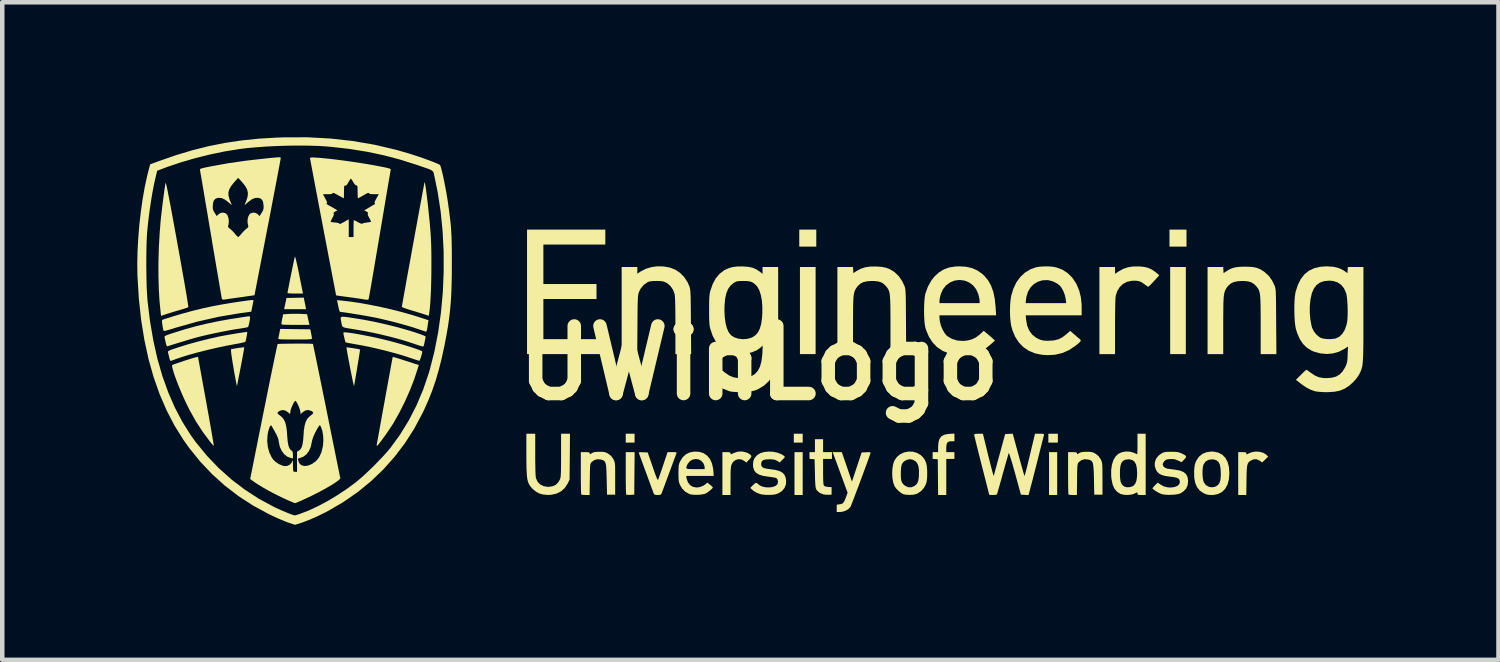
<source format=kicad_pcb>
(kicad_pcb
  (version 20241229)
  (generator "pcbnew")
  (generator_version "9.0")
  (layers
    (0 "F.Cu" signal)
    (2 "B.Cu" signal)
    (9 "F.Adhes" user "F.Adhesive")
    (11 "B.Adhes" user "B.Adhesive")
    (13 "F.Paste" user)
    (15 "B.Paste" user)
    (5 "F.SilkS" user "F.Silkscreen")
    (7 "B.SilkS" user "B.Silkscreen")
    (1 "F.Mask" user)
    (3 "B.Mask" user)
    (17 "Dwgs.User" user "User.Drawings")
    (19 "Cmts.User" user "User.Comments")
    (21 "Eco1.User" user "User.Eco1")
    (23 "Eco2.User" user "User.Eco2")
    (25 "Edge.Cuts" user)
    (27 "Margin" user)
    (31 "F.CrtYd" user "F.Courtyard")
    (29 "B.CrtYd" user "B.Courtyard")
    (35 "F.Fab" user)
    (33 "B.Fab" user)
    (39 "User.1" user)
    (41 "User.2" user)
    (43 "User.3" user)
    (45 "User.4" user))
  (footprint "UWinLogo"
    (layer "F.Cu")
    (at 13.815 5.014)
    (property "Reference" "UWinLogo" (at 0 0 0) (layer "F.SilkS") (effects (font (size 1.5 1.5) (thickness 0.3))))
    (attr board_only exclude_from_pos_files exclude_from_bom)
    (fp_poly (pts (xy -2.767 1.671) (xy -2.767 1.769) (xy -2.865 1.769) (xy -2.963 1.769) (xy -2.963 1.671) (xy -2.963 1.572) (xy -2.865 1.572) (xy -2.767 1.572)) (stroke (width 0) (type solid)) (fill yes) (layer "F.SilkS"))
    (fp_poly (pts (xy 0.968 1.671) (xy 0.968 1.769) (xy 0.869 1.769) (xy 0.771 1.769) (xy 0.771 1.671) (xy 0.771 1.572) (xy 0.869 1.572) (xy 0.968 1.572)) (stroke (width 0) (type solid)) (fill yes) (layer "F.SilkS"))
    (fp_poly (pts (xy 0.968 2.457) (xy 0.968 2.933) (xy 0.877 2.933) (xy 0.786 2.933) (xy 0.786 2.457) (xy 0.786 1.981) (xy 0.877 1.981) (xy 0.968 1.981)) (stroke (width 0) (type solid)) (fill yes) (layer "F.SilkS"))
    (fp_poly (pts (xy 1.255 -1.164) (xy 1.255 -0.197) (xy 1.081 -0.197) (xy 0.907 -0.197) (xy 0.907 -1.164) (xy 0.907 -2.132) (xy 1.081 -2.132) (xy 1.255 -2.132)) (stroke (width 0) (type solid)) (fill yes) (layer "F.SilkS"))
    (fp_poly (pts (xy 1.27 -2.774) (xy 1.27 -2.585) (xy 1.081 -2.585) (xy 0.892 -2.585) (xy 0.892 -2.774) (xy 0.892 -2.963) (xy 1.081 -2.963) (xy 1.27 -2.963)) (stroke (width 0) (type solid)) (fill yes) (layer "F.SilkS"))
    (fp_poly (pts (xy 6.622 2.457) (xy 6.622 2.933) (xy 6.531 2.933) (xy 6.441 2.933) (xy 6.441 2.457) (xy 6.441 1.981) (xy 6.531 1.981) (xy 6.622 1.981)) (stroke (width 0) (type solid)) (fill yes) (layer "F.SilkS"))
    (fp_poly (pts (xy 6.637 1.671) (xy 6.637 1.769) (xy 6.531 1.769) (xy 6.426 1.769) (xy 6.426 1.671) (xy 6.426 1.572) (xy 6.531 1.572) (xy 6.637 1.572)) (stroke (width 0) (type solid)) (fill yes) (layer "F.SilkS"))
    (fp_poly (pts (xy 9.48 -1.164) (xy 9.48 -0.197) (xy 9.306 -0.197) (xy 9.132 -0.197) (xy 9.132 -1.164) (xy 9.132 -2.132) (xy 9.306 -2.132) (xy 9.48 -2.132)) (stroke (width 0) (type solid)) (fill yes) (layer "F.SilkS"))
    (fp_poly (pts (xy 9.495 -2.774) (xy 9.495 -2.585) (xy 9.306 -2.585) (xy 9.117 -2.585) (xy 9.117 -2.774) (xy 9.117 -2.963) (xy 9.306 -2.963) (xy 9.495 -2.963)) (stroke (width 0) (type solid)) (fill yes) (layer "F.SilkS"))
    (fp_poly (pts (xy -10.102 -1.38) (xy -10.09 -1.322) (xy -10.079 -1.266) (xy -10.076 -1.251) (xy -10.066 -1.194) (xy -10.309 -1.194) (xy -10.552 -1.194) (xy -10.543 -1.244) (xy -10.533 -1.289) (xy -10.521 -1.345) (xy -10.516 -1.368) (xy -10.5 -1.444) (xy -10.308 -1.448) (xy -10.117 -1.452)) (stroke (width 0) (type solid)) (fill yes) (layer "F.SilkS"))
    (fp_poly (pts (xy -2.77 2.453) (xy -2.774 2.926) (xy -2.858 2.93) (xy -2.906 2.931) (xy -2.941 2.928) (xy -2.953 2.924) (xy -2.955 2.906) (xy -2.958 2.863) (xy -2.96 2.796) (xy -2.961 2.711) (xy -2.963 2.61) (xy -2.963 2.498) (xy -2.963 2.447) (xy -2.963 1.981) (xy -2.865 1.981) (xy -2.766 1.981)) (stroke (width 0) (type solid)) (fill yes) (layer "F.SilkS"))
    (fp_poly (pts (xy -10.208 -1.092) (xy -10.188 -1.091) (xy -10.043 -1.084) (xy -10.025 -1) (xy -10.013 -0.946) (xy -10.003 -0.9) (xy -9.998 -0.881) (xy -9.99 -0.847) (xy -10.302 -0.847) (xy -10.407 -0.847) (xy -10.485 -0.848) (xy -10.541 -0.849) (xy -10.578 -0.852) (xy -10.599 -0.856) (xy -10.61 -0.863) (xy -10.613 -0.871) (xy -10.613 -0.873) (xy -10.61 -0.902) (xy -10.602 -0.948) (xy -10.593 -0.99) (xy -10.575 -1.081) (xy -10.454 -1.089) (xy -10.381 -1.093) (xy -10.294 -1.093)) (stroke (width 0) (type solid)) (fill yes) (layer "F.SilkS"))
    (fp_poly (pts (xy -3.417 -2.797) (xy -3.417 -2.631) (xy -4.105 -2.631) (xy -4.793 -2.631) (xy -4.793 -2.192) (xy -4.793 -1.754) (xy -4.203 -1.754) (xy -3.613 -1.754) (xy -3.613 -1.587) (xy -3.613 -1.421) (xy -4.203 -1.421) (xy -4.793 -1.421) (xy -4.793 -0.975) (xy -4.793 -0.529) (xy -4.105 -0.529) (xy -3.417 -0.529) (xy -3.417 -0.363) (xy -3.417 -0.197) (xy -4.286 -0.197) (xy -5.156 -0.197) (xy -5.156 -1.58) (xy -5.156 -2.963) (xy -4.286 -2.963) (xy -3.417 -2.963)) (stroke (width 0) (type solid)) (fill yes) (layer "F.SilkS"))
    (fp_poly (pts (xy -10.308 -2.357) (xy -10.297 -2.323) (xy -10.282 -2.263) (xy -10.263 -2.179) (xy -10.24 -2.072) (xy -10.219 -1.966) (xy -10.134 -1.542) (xy -10.306 -1.542) (xy -10.374 -1.543) (xy -10.429 -1.546) (xy -10.466 -1.549) (xy -10.478 -1.553) (xy -10.475 -1.574) (xy -10.467 -1.618) (xy -10.454 -1.683) (xy -10.439 -1.763) (xy -10.421 -1.853) (xy -10.402 -1.948) (xy -10.382 -2.044) (xy -10.364 -2.136) (xy -10.346 -2.218) (xy -10.332 -2.286) (xy -10.321 -2.336) (xy -10.315 -2.361) (xy -10.314 -2.363)) (stroke (width 0) (type solid)) (fill yes) (layer "F.SilkS"))
    (fp_poly (pts (xy -10.306 -0.752) (xy -9.972 -0.748) (xy -9.953 -0.658) (xy -9.943 -0.606) (xy -9.936 -0.563) (xy -9.934 -0.544) (xy -9.937 -0.537) (xy -9.949 -0.532) (xy -9.974 -0.528) (xy -10.014 -0.525) (xy -10.074 -0.523) (xy -10.156 -0.522) (xy -10.263 -0.522) (xy -10.311 -0.522) (xy -10.429 -0.522) (xy -10.519 -0.523) (xy -10.586 -0.524) (xy -10.633 -0.526) (xy -10.662 -0.53) (xy -10.678 -0.535) (xy -10.683 -0.541) (xy -10.682 -0.544) (xy -10.676 -0.57) (xy -10.667 -0.616) (xy -10.658 -0.662) (xy -10.64 -0.757)) (stroke (width 0) (type solid)) (fill yes) (layer "F.SilkS"))
    (fp_poly (pts (xy -11.44 -0.347) (xy -11.439 -0.346) (xy -11.441 -0.33) (xy -11.448 -0.286) (xy -11.461 -0.213) (xy -11.479 -0.111) (xy -11.504 0.02) (xy -11.535 0.18) (xy -11.572 0.369) (xy -11.6 0.514) (xy -11.603 0.506) (xy -11.611 0.471) (xy -11.623 0.414) (xy -11.637 0.337) (xy -11.654 0.245) (xy -11.672 0.14) (xy -11.675 0.122) (xy -11.699 -0.02) (xy -11.716 -0.132) (xy -11.728 -0.215) (xy -11.733 -0.271) (xy -11.732 -0.3) (xy -11.73 -0.304) (xy -11.709 -0.31) (xy -11.668 -0.318) (xy -11.615 -0.327) (xy -11.557 -0.336) (xy -11.503 -0.343) (xy -11.462 -0.347)) (stroke (width 0) (type solid)) (fill yes) (layer "F.SilkS"))
    (fp_poly (pts (xy -9.114 -0.342) (xy -9.062 -0.335) (xy -9.004 -0.326) (xy -8.948 -0.317) (xy -8.901 -0.308) (xy -8.872 -0.301) (xy -8.866 -0.299) (xy -8.868 -0.284) (xy -8.873 -0.243) (xy -8.883 -0.181) (xy -8.895 -0.104) (xy -8.91 -0.014) (xy -8.926 0.083) (xy -8.942 0.184) (xy -8.959 0.283) (xy -8.975 0.376) (xy -8.989 0.458) (xy -8.999 0.513) (xy -9.003 0.505) (xy -9.012 0.47) (xy -9.025 0.412) (xy -9.041 0.335) (xy -9.06 0.242) (xy -9.081 0.136) (xy -9.089 0.097) (xy -9.11 -0.013) (xy -9.129 -0.114) (xy -9.145 -0.202) (xy -9.157 -0.272) (xy -9.165 -0.32) (xy -9.168 -0.344) (xy -9.168 -0.346) (xy -9.152 -0.346)) (stroke (width 0) (type solid)) (fill yes) (layer "F.SilkS"))
    (fp_poly (pts (xy 4.339 1.654) (xy 4.339 1.739) (xy 4.273 1.739) (xy 4.219 1.745) (xy 4.184 1.765) (xy 4.165 1.805) (xy 4.158 1.868) (xy 4.158 1.887) (xy 4.158 1.981) (xy 4.248 1.981) (xy 4.339 1.981) (xy 4.339 2.056) (xy 4.339 2.132) (xy 4.248 2.132) (xy 4.158 2.132) (xy 4.158 2.532) (xy 4.158 2.933) (xy 4.067 2.933) (xy 3.977 2.933) (xy 3.973 2.536) (xy 3.969 2.139) (xy 3.912 2.135) (xy 3.855 2.13) (xy 3.855 2.055) (xy 3.855 1.981) (xy 3.916 1.981) (xy 3.976 1.981) (xy 3.976 1.866) (xy 3.984 1.764) (xy 4.007 1.687) (xy 4.048 1.631) (xy 4.109 1.596) (xy 4.193 1.578) (xy 4.229 1.575) (xy 4.339 1.569)) (stroke (width 0) (type solid)) (fill yes) (layer "F.SilkS"))
    (fp_poly (pts (xy 11.122 1.974) (xy 11.2 1.996) (xy 11.264 2.034) (xy 11.276 2.046) (xy 11.309 2.08) (xy 11.243 2.145) (xy 11.177 2.209) (xy 11.118 2.169) (xy 11.053 2.14) (xy 10.987 2.14) (xy 10.922 2.169) (xy 10.895 2.189) (xy 10.873 2.209) (xy 10.857 2.236) (xy 10.846 2.271) (xy 10.838 2.32) (xy 10.833 2.387) (xy 10.83 2.475) (xy 10.828 2.589) (xy 10.828 2.604) (xy 10.823 2.933) (xy 10.733 2.933) (xy 10.644 2.933) (xy 10.644 2.457) (xy 10.644 1.981) (xy 10.735 1.981) (xy 10.785 1.982) (xy 10.813 1.987) (xy 10.824 1.998) (xy 10.825 2.01) (xy 10.827 2.028) (xy 10.836 2.031) (xy 10.86 2.019) (xy 10.878 2.009) (xy 10.952 1.98) (xy 11.036 1.968)) (stroke (width 0) (type solid)) (fill yes) (layer "F.SilkS"))
    (fp_poly (pts (xy -0.286 1.987) (xy -0.257 1.999) (xy -0.203 2.031) (xy -0.175 2.059) (xy -0.175 2.088) (xy -0.199 2.125) (xy -0.222 2.149) (xy -0.285 2.212) (xy -0.325 2.18) (xy -0.39 2.145) (xy -0.458 2.137) (xy -0.522 2.155) (xy -0.576 2.196) (xy -0.606 2.244) (xy -0.616 2.269) (xy -0.623 2.297) (xy -0.628 2.335) (xy -0.632 2.385) (xy -0.634 2.454) (xy -0.634 2.545) (xy -0.635 2.619) (xy -0.635 2.933) (xy -0.726 2.933) (xy -0.816 2.933) (xy -0.816 2.457) (xy -0.816 1.981) (xy -0.726 1.981) (xy -0.675 1.982) (xy -0.647 1.987) (xy -0.636 1.998) (xy -0.635 2.009) (xy -0.633 2.024) (xy -0.622 2.027) (xy -0.597 2.017) (xy -0.564 2.001) (xy -0.474 1.971) (xy -0.378 1.966)) (stroke (width 0) (type solid)) (fill yes) (layer "F.SilkS"))
    (fp_poly (pts (xy -12.287 0.848) (xy -12.257 1.016) (xy -12.228 1.176) (xy -12.202 1.324) (xy -12.178 1.458) (xy -12.158 1.576) (xy -12.141 1.675) (xy -12.128 1.753) (xy -12.119 1.808) (xy -12.115 1.836) (xy -12.115 1.839) (xy -12.127 1.831) (xy -12.152 1.805) (xy -12.186 1.764) (xy -12.197 1.751) (xy -12.364 1.526) (xy -12.512 1.298) (xy -12.648 1.055) (xy -12.7 0.953) (xy -12.75 0.849) (xy -12.8 0.738) (xy -12.849 0.625) (xy -12.896 0.512) (xy -12.938 0.404) (xy -12.975 0.304) (xy -13.005 0.215) (xy -13.027 0.141) (xy -13.04 0.086) (xy -13.042 0.053) (xy -13.04 0.047) (xy -13.021 0.038) (xy -12.98 0.023) (xy -12.921 0.002) (xy -12.85 -0.022) (xy -12.773 -0.048) (xy -12.696 -0.072) (xy -12.625 -0.095) (xy -12.564 -0.113) (xy -12.52 -0.125) (xy -12.511 -0.127) (xy -12.466 -0.137)) (stroke (width 0) (type solid)) (fill yes) (layer "F.SilkS"))
    (fp_poly (pts (xy -11.234 -1.395) (xy -11.233 -1.394) (xy -11.236 -1.375) (xy -11.244 -1.334) (xy -11.254 -1.28) (xy -11.258 -1.262) (xy -11.282 -1.14) (xy -11.526 -1.107) (xy -12.008 -1.026) (xy -12.492 -0.916) (xy -12.976 -0.779) (xy -13.067 -0.75) (xy -13.133 -0.731) (xy -13.179 -0.718) (xy -13.208 -0.713) (xy -13.225 -0.714) (xy -13.233 -0.72) (xy -13.236 -0.731) (xy -13.237 -0.732) (xy -13.251 -0.806) (xy -13.261 -0.872) (xy -13.266 -0.922) (xy -13.265 -0.951) (xy -13.263 -0.954) (xy -13.244 -0.963) (xy -13.2 -0.979) (xy -13.137 -0.999) (xy -13.057 -1.024) (xy -12.967 -1.051) (xy -12.87 -1.08) (xy -12.771 -1.108) (xy -12.674 -1.135) (xy -12.584 -1.159) (xy -12.532 -1.172) (xy -12.351 -1.216) (xy -12.171 -1.255) (xy -11.984 -1.291) (xy -11.785 -1.325) (xy -11.568 -1.359) (xy -11.328 -1.392) (xy -11.283 -1.398) (xy -11.249 -1.399)) (stroke (width 0) (type solid)) (fill yes) (layer "F.SilkS"))
    (fp_poly (pts (xy -9.266 -1.385) (xy -9.074 -1.363) (xy -8.861 -1.331) (xy -8.633 -1.29) (xy -8.398 -1.242) (xy -8.162 -1.188) (xy -7.931 -1.129) (xy -7.714 -1.068) (xy -7.582 -1.027) (xy -7.345 -0.95) (xy -7.353 -0.902) (xy -7.36 -0.858) (xy -7.368 -0.802) (xy -7.372 -0.775) (xy -7.38 -0.731) (xy -7.392 -0.702) (xy -7.399 -0.697) (xy -7.42 -0.702) (xy -7.462 -0.715) (xy -7.519 -0.734) (xy -7.567 -0.75) (xy -7.686 -0.79) (xy -7.828 -0.832) (xy -7.983 -0.876) (xy -8.146 -0.919) (xy -8.307 -0.958) (xy -8.458 -0.993) (xy -8.507 -1.004) (xy -8.583 -1.019) (xy -8.673 -1.035) (xy -8.773 -1.053) (xy -8.878 -1.071) (xy -8.982 -1.088) (xy -9.08 -1.104) (xy -9.167 -1.117) (xy -9.238 -1.127) (xy -9.289 -1.133) (xy -9.308 -1.134) (xy -9.319 -1.148) (xy -9.332 -1.183) (xy -9.343 -1.228) (xy -9.354 -1.285) (xy -9.364 -1.334) (xy -9.37 -1.359) (xy -9.378 -1.396)) (stroke (width 0) (type solid)) (fill yes) (layer "F.SilkS"))
    (fp_poly (pts (xy 1.421 1.837) (xy 1.421 1.981) (xy 1.519 1.981) (xy 1.618 1.981) (xy 1.618 2.056) (xy 1.618 2.132) (xy 1.519 2.132) (xy 1.421 2.132) (xy 1.421 2.416) (xy 1.422 2.529) (xy 1.424 2.613) (xy 1.428 2.673) (xy 1.434 2.71) (xy 1.44 2.725) (xy 1.471 2.744) (xy 1.527 2.754) (xy 1.535 2.755) (xy 1.61 2.759) (xy 1.61 2.842) (xy 1.61 2.926) (xy 1.542 2.928) (xy 1.487 2.927) (xy 1.436 2.921) (xy 1.425 2.919) (xy 1.346 2.886) (xy 1.285 2.832) (xy 1.274 2.816) (xy 1.265 2.799) (xy 1.258 2.774) (xy 1.252 2.738) (xy 1.248 2.686) (xy 1.244 2.615) (xy 1.241 2.521) (xy 1.24 2.458) (xy 1.232 2.139) (xy 1.176 2.135) (xy 1.119 2.13) (xy 1.119 2.055) (xy 1.119 1.981) (xy 1.179 1.981) (xy 1.24 1.981) (xy 1.24 1.837) (xy 1.24 1.693) (xy 1.33 1.693) (xy 1.421 1.693)) (stroke (width 0) (type solid)) (fill yes) (layer "F.SilkS"))
    (fp_poly (pts (xy -8.125 -0.131) (xy -8.085 -0.121) (xy -8.026 -0.103) (xy -7.951 -0.08) (xy -7.865 -0.052) (xy -7.848 -0.047) (xy -7.561 0.046) (xy -7.585 0.125) (xy -7.662 0.359) (xy -7.757 0.604) (xy -7.866 0.851) (xy -7.986 1.09) (xy -8.111 1.314) (xy -8.115 1.321) (xy -8.151 1.379) (xy -8.196 1.447) (xy -8.246 1.521) (xy -8.298 1.596) (xy -8.35 1.668) (xy -8.398 1.733) (xy -8.439 1.786) (xy -8.47 1.825) (xy -8.489 1.843) (xy -8.491 1.845) (xy -8.496 1.832) (xy -8.493 1.803) (xy -8.489 1.781) (xy -8.48 1.732) (xy -8.467 1.659) (xy -8.449 1.563) (xy -8.429 1.449) (xy -8.405 1.318) (xy -8.379 1.173) (xy -8.351 1.017) (xy -8.321 0.853) (xy -8.314 0.816) (xy -8.285 0.652) (xy -8.256 0.496) (xy -8.23 0.351) (xy -8.206 0.221) (xy -8.185 0.107) (xy -8.168 0.012) (xy -8.154 -0.061) (xy -8.145 -0.11) (xy -8.14 -0.133) (xy -8.14 -0.134)) (stroke (width 0) (type solid)) (fill yes) (layer "F.SilkS"))
    (fp_poly (pts (xy 8.439 -2.145) (xy 8.552 -2.135) (xy 8.645 -2.112) (xy 8.728 -2.074) (xy 8.809 -2.017) (xy 8.826 -2.003) (xy 8.89 -1.948) (xy 8.774 -1.821) (xy 8.727 -1.77) (xy 8.687 -1.729) (xy 8.658 -1.702) (xy 8.645 -1.693) (xy 8.627 -1.702) (xy 8.594 -1.725) (xy 8.556 -1.753) (xy 8.496 -1.794) (xy 8.438 -1.818) (xy 8.371 -1.828) (xy 8.285 -1.826) (xy 8.275 -1.825) (xy 8.172 -1.803) (xy 8.082 -1.755) (xy 8.009 -1.683) (xy 7.954 -1.591) (xy 7.923 -1.494) (xy 7.919 -1.459) (xy 7.915 -1.396) (xy 7.912 -1.307) (xy 7.91 -1.195) (xy 7.908 -1.062) (xy 7.907 -0.911) (xy 7.907 -0.808) (xy 7.907 -0.197) (xy 7.733 -0.197) (xy 7.56 -0.197) (xy 7.56 -1.164) (xy 7.56 -2.132) (xy 7.733 -2.132) (xy 7.907 -2.132) (xy 7.907 -2.057) (xy 7.907 -1.981) (xy 7.998 -2.04) (xy 8.093 -2.092) (xy 8.193 -2.126) (xy 8.304 -2.143) (xy 8.435 -2.145)) (stroke (width 0) (type solid)) (fill yes) (layer "F.SilkS"))
    (fp_poly (pts (xy -9.189 -1.023) (xy -9.111 -1.013) (xy -9.054 -1.004) (xy -8.809 -0.965) (xy -8.569 -0.92) (xy -8.321 -0.865) (xy -8.146 -0.822) (xy -8.029 -0.792) (xy -7.912 -0.759) (xy -7.799 -0.727) (xy -7.693 -0.694) (xy -7.599 -0.664) (xy -7.52 -0.637) (xy -7.46 -0.614) (xy -7.421 -0.596) (xy -7.409 -0.585) (xy -7.413 -0.557) (xy -7.424 -0.501) (xy -7.442 -0.417) (xy -7.447 -0.397) (xy -7.451 -0.381) (xy -7.458 -0.371) (xy -7.474 -0.368) (xy -7.501 -0.373) (xy -7.545 -0.385) (xy -7.61 -0.407) (xy -7.665 -0.426) (xy -7.915 -0.506) (xy -8.184 -0.58) (xy -8.462 -0.647) (xy -8.74 -0.704) (xy -8.911 -0.734) (xy -9.021 -0.752) (xy -9.106 -0.766) (xy -9.168 -0.777) (xy -9.212 -0.787) (xy -9.24 -0.798) (xy -9.257 -0.811) (xy -9.266 -0.828) (xy -9.272 -0.85) (xy -9.277 -0.879) (xy -9.279 -0.892) (xy -9.29 -0.947) (xy -9.296 -0.986) (xy -9.293 -1.011) (xy -9.276 -1.024) (xy -9.243 -1.028)) (stroke (width 0) (type solid)) (fill yes) (layer "F.SilkS"))
    (fp_poly (pts (xy 1.95 2.308) (xy 2.062 2.636) (xy 2.17 2.312) (xy 2.278 1.988) (xy 2.38 1.984) (xy 2.434 1.982) (xy 2.463 1.983) (xy 2.475 1.99) (xy 2.474 2.005) (xy 2.471 2.014) (xy 2.458 2.053) (xy 2.436 2.114) (xy 2.408 2.194) (xy 2.373 2.287) (xy 2.335 2.392) (xy 2.294 2.503) (xy 2.251 2.618) (xy 2.209 2.732) (xy 2.167 2.841) (xy 2.129 2.943) (xy 2.095 3.032) (xy 2.066 3.106) (xy 2.045 3.16) (xy 2.032 3.191) (xy 2.03 3.196) (xy 1.987 3.243) (xy 1.925 3.281) (xy 1.851 3.305) (xy 1.796 3.311) (xy 1.724 3.311) (xy 1.724 3.23) (xy 1.724 3.149) (xy 1.786 3.14) (xy 1.828 3.132) (xy 1.858 3.117) (xy 1.882 3.09) (xy 1.905 3.044) (xy 1.927 2.988) (xy 1.966 2.883) (xy 1.846 2.557) (xy 1.808 2.454) (xy 1.771 2.353) (xy 1.737 2.259) (xy 1.707 2.179) (xy 1.685 2.12) (xy 1.68 2.105) (xy 1.634 1.981) (xy 1.735 1.981) (xy 1.837 1.981)) (stroke (width 0) (type solid)) (fill yes) (layer "F.SilkS"))
    (fp_poly (pts (xy -11.31 -1.025) (xy -11.309 -1.015) (xy -11.312 -0.982) (xy -11.319 -0.935) (xy -11.329 -0.884) (xy -11.34 -0.838) (xy -11.349 -0.806) (xy -11.353 -0.799) (xy -11.371 -0.793) (xy -11.412 -0.784) (xy -11.471 -0.774) (xy -11.536 -0.764) (xy -11.653 -0.746) (xy -11.789 -0.722) (xy -11.938 -0.693) (xy -12.09 -0.662) (xy -12.238 -0.63) (xy -12.373 -0.598) (xy -12.487 -0.57) (xy -12.496 -0.567) (xy -12.564 -0.548) (xy -12.648 -0.524) (xy -12.74 -0.496) (xy -12.836 -0.467) (xy -12.928 -0.439) (xy -13.012 -0.413) (xy -13.081 -0.391) (xy -13.13 -0.374) (xy -13.143 -0.37) (xy -13.157 -0.374) (xy -13.171 -0.403) (xy -13.183 -0.449) (xy -13.194 -0.503) (xy -13.204 -0.549) (xy -13.209 -0.569) (xy -13.21 -0.583) (xy -13.203 -0.595) (xy -13.184 -0.607) (xy -13.148 -0.622) (xy -13.092 -0.642) (xy -13.012 -0.669) (xy -13.007 -0.67) (xy -12.763 -0.746) (xy -12.523 -0.813) (xy -12.28 -0.872) (xy -12.028 -0.925) (xy -11.761 -0.973) (xy -11.472 -1.018) (xy -11.358 -1.035) (xy -11.324 -1.036)) (stroke (width 0) (type solid)) (fill yes) (layer "F.SilkS"))
    (fp_poly (pts (xy -9.183 -0.68) (xy -9.121 -0.673) (xy -9.039 -0.662) (xy -8.941 -0.646) (xy -8.831 -0.626) (xy -8.712 -0.603) (xy -8.587 -0.578) (xy -8.46 -0.55) (xy -8.334 -0.52) (xy -8.217 -0.491) (xy -8.112 -0.464) (xy -8.004 -0.433) (xy -7.896 -0.402) (xy -7.793 -0.37) (xy -7.699 -0.34) (xy -7.617 -0.312) (xy -7.551 -0.289) (xy -7.506 -0.27) (xy -7.485 -0.258) (xy -7.484 -0.256) (xy -7.488 -0.222) (xy -7.499 -0.177) (xy -7.513 -0.128) (xy -7.529 -0.085) (xy -7.542 -0.055) (xy -7.55 -0.048) (xy -7.57 -0.053) (xy -7.613 -0.067) (xy -7.673 -0.087) (xy -7.746 -0.111) (xy -7.786 -0.124) (xy -7.941 -0.174) (xy -8.116 -0.224) (xy -8.304 -0.274) (xy -8.495 -0.32) (xy -8.68 -0.362) (xy -8.852 -0.395) (xy -8.912 -0.406) (xy -8.998 -0.421) (xy -9.074 -0.435) (xy -9.134 -0.446) (xy -9.174 -0.455) (xy -9.188 -0.459) (xy -9.194 -0.476) (xy -9.205 -0.514) (xy -9.216 -0.562) (xy -9.227 -0.612) (xy -9.235 -0.653) (xy -9.237 -0.674) (xy -9.223 -0.68)) (stroke (width 0) (type solid)) (fill yes) (layer "F.SilkS"))
    (fp_poly (pts (xy -13.182 -3.998) (xy -13.175 -3.975) (xy -13.164 -3.932) (xy -13.15 -3.866) (xy -13.132 -3.776) (xy -13.11 -3.663) (xy -13.083 -3.524) (xy -13.052 -3.359) (xy -13.017 -3.168) (xy -12.977 -2.949) (xy -12.932 -2.701) (xy -12.922 -2.646) (xy -12.886 -2.445) (xy -12.851 -2.252) (xy -12.819 -2.07) (xy -12.789 -1.9) (xy -12.762 -1.745) (xy -12.738 -1.607) (xy -12.718 -1.487) (xy -12.702 -1.389) (xy -12.69 -1.314) (xy -12.683 -1.263) (xy -12.68 -1.24) (xy -12.681 -1.239) (xy -12.699 -1.231) (xy -12.74 -1.217) (xy -12.8 -1.198) (xy -12.87 -1.177) (xy -12.887 -1.172) (xy -12.97 -1.148) (xy -13.054 -1.122) (xy -13.129 -1.099) (xy -13.184 -1.081) (xy -13.287 -1.046) (xy -13.296 -1.124) (xy -13.321 -1.373) (xy -13.337 -1.646) (xy -13.345 -1.937) (xy -13.345 -2.241) (xy -13.336 -2.551) (xy -13.319 -2.864) (xy -13.297 -3.145) (xy -13.288 -3.234) (xy -13.276 -3.335) (xy -13.264 -3.445) (xy -13.25 -3.556) (xy -13.236 -3.666) (xy -13.222 -3.768) (xy -13.21 -3.858) (xy -13.199 -3.931) (xy -13.19 -3.982) (xy -13.186 -4)) (stroke (width 0) (type solid)) (fill yes) (layer "F.SilkS"))
    (fp_poly (pts (xy -11.373 -0.688) (xy -11.373 -0.672) (xy -11.378 -0.636) (xy -11.386 -0.588) (xy -11.396 -0.539) (xy -11.405 -0.497) (xy -11.413 -0.473) (xy -11.414 -0.471) (xy -11.431 -0.463) (xy -11.473 -0.453) (xy -11.535 -0.439) (xy -11.612 -0.424) (xy -11.692 -0.41) (xy -11.844 -0.381) (xy -12.007 -0.347) (xy -12.178 -0.308) (xy -12.349 -0.266) (xy -12.515 -0.223) (xy -12.672 -0.179) (xy -12.813 -0.136) (xy -12.932 -0.096) (xy -12.991 -0.074) (xy -13.035 -0.058) (xy -13.067 -0.047) (xy -13.076 -0.045) (xy -13.086 -0.059) (xy -13.098 -0.093) (xy -13.106 -0.125) (xy -13.118 -0.176) (xy -13.129 -0.221) (xy -13.133 -0.237) (xy -13.134 -0.25) (xy -13.128 -0.261) (xy -13.11 -0.273) (xy -13.078 -0.288) (xy -13.026 -0.307) (xy -12.95 -0.332) (xy -12.908 -0.346) (xy -12.696 -0.412) (xy -12.469 -0.475) (xy -12.239 -0.533) (xy -12.023 -0.582) (xy -12.02 -0.583) (xy -11.948 -0.597) (xy -11.865 -0.612) (xy -11.775 -0.628) (xy -11.684 -0.644) (xy -11.595 -0.659) (xy -11.516 -0.671) (xy -11.449 -0.681) (xy -11.4 -0.687) (xy -11.375 -0.689)) (stroke (width 0) (type solid)) (fill yes) (layer "F.SilkS"))
    (fp_poly (pts (xy -4.974 2.037) (xy -4.974 2.168) (xy -4.972 2.286) (xy -4.97 2.388) (xy -4.967 2.469) (xy -4.963 2.527) (xy -4.958 2.558) (xy -4.958 2.558) (xy -4.922 2.639) (xy -4.864 2.699) (xy -4.787 2.737) (xy -4.694 2.752) (xy -4.688 2.752) (xy -4.595 2.741) (xy -4.52 2.709) (xy -4.463 2.652) (xy -4.428 2.593) (xy -4.42 2.574) (xy -4.414 2.551) (xy -4.409 2.522) (xy -4.406 2.482) (xy -4.403 2.429) (xy -4.402 2.359) (xy -4.401 2.267) (xy -4.4 2.152) (xy -4.4 2.052) (xy -4.4 1.572) (xy -4.301 1.572) (xy -4.202 1.572) (xy -4.206 2.083) (xy -4.211 2.593) (xy -4.253 2.679) (xy -4.316 2.776) (xy -4.399 2.851) (xy -4.5 2.902) (xy -4.617 2.928) (xy -4.691 2.932) (xy -4.803 2.922) (xy -4.879 2.901) (xy -4.954 2.861) (xy -5.026 2.804) (xy -5.085 2.737) (xy -5.115 2.689) (xy -5.13 2.652) (xy -5.142 2.611) (xy -5.152 2.562) (xy -5.159 2.503) (xy -5.164 2.428) (xy -5.168 2.335) (xy -5.17 2.22) (xy -5.171 2.08) (xy -5.171 2.024) (xy -5.171 1.572) (xy -5.072 1.572) (xy -4.974 1.572)) (stroke (width 0) (type solid)) (fill yes) (layer "F.SilkS"))
    (fp_poly (pts (xy -7.427 -4.008) (xy -7.419 -3.971) (xy -7.409 -3.91) (xy -7.398 -3.83) (xy -7.385 -3.734) (xy -7.372 -3.625) (xy -7.358 -3.507) (xy -7.345 -3.382) (xy -7.332 -3.255) (xy -7.319 -3.13) (xy -7.309 -3.008) (xy -7.3 -2.903) (xy -7.292 -2.774) (xy -7.286 -2.628) (xy -7.282 -2.468) (xy -7.281 -2.299) (xy -7.281 -2.125) (xy -7.282 -1.95) (xy -7.286 -1.779) (xy -7.291 -1.615) (xy -7.298 -1.464) (xy -7.306 -1.328) (xy -7.316 -1.214) (xy -7.327 -1.124) (xy -7.33 -1.102) (xy -7.34 -1.048) (xy -7.439 -1.081) (xy -7.491 -1.098) (xy -7.564 -1.12) (xy -7.647 -1.146) (xy -7.731 -1.171) (xy -7.737 -1.173) (xy -7.81 -1.195) (xy -7.871 -1.216) (xy -7.915 -1.233) (xy -7.936 -1.245) (xy -7.938 -1.247) (xy -7.935 -1.265) (xy -7.927 -1.309) (xy -7.915 -1.378) (xy -7.899 -1.469) (xy -7.879 -1.58) (xy -7.856 -1.707) (xy -7.831 -1.849) (xy -7.803 -2.003) (xy -7.773 -2.166) (xy -7.742 -2.335) (xy -7.711 -2.51) (xy -7.679 -2.685) (xy -7.647 -2.861) (xy -7.615 -3.032) (xy -7.585 -3.198) (xy -7.556 -3.356) (xy -7.529 -3.503) (xy -7.504 -3.636) (xy -7.483 -3.754) (xy -7.464 -3.853) (xy -7.449 -3.931) (xy -7.439 -3.986) (xy -7.433 -4.014) (xy -7.432 -4.018)) (stroke (width 0) (type solid)) (fill yes) (layer "F.SilkS"))
    (fp_poly (pts (xy -1.875 1.981) (xy -1.846 1.985) (xy -1.834 1.993) (xy -1.836 2.006) (xy -1.837 2.007) (xy -1.844 2.028) (xy -1.861 2.073) (xy -1.886 2.139) (xy -1.916 2.221) (xy -1.952 2.318) (xy -1.991 2.424) (xy -2.003 2.457) (xy -2.043 2.565) (xy -2.08 2.664) (xy -2.112 2.752) (xy -2.139 2.823) (xy -2.158 2.875) (xy -2.169 2.903) (xy -2.17 2.907) (xy -2.185 2.924) (xy -2.217 2.932) (xy -2.255 2.933) (xy -2.3 2.931) (xy -2.326 2.923) (xy -2.34 2.904) (xy -2.345 2.892) (xy -2.354 2.867) (xy -2.372 2.818) (xy -2.398 2.749) (xy -2.429 2.663) (xy -2.465 2.565) (xy -2.504 2.458) (xy -2.513 2.434) (xy -2.552 2.328) (xy -2.588 2.23) (xy -2.619 2.145) (xy -2.644 2.075) (xy -2.662 2.026) (xy -2.672 2.001) (xy -2.672 1.999) (xy -2.67 1.988) (xy -2.648 1.983) (xy -2.602 1.983) (xy -2.578 1.984) (xy -2.475 1.988) (xy -2.365 2.306) (xy -2.33 2.409) (xy -2.302 2.486) (xy -2.281 2.54) (xy -2.266 2.575) (xy -2.255 2.592) (xy -2.247 2.595) (xy -2.241 2.587) (xy -2.24 2.585) (xy -2.231 2.56) (xy -2.214 2.51) (xy -2.19 2.443) (xy -2.162 2.362) (xy -2.132 2.272) (xy -2.129 2.264) (xy -2.034 1.981) (xy -1.93 1.981)) (stroke (width 0) (type solid)) (fill yes) (layer "F.SilkS"))
    (fp_poly (pts (xy 10.093 1.969) (xy 10.199 1.991) (xy 10.287 2.036) (xy 10.356 2.104) (xy 10.406 2.195) (xy 10.437 2.309) (xy 10.447 2.444) (xy 10.447 2.449) (xy 10.437 2.585) (xy 10.407 2.699) (xy 10.357 2.792) (xy 10.289 2.862) (xy 10.203 2.909) (xy 10.1 2.931) (xy 10.054 2.933) (xy 9.986 2.93) (xy 9.932 2.918) (xy 9.875 2.893) (xy 9.871 2.891) (xy 9.79 2.835) (xy 9.729 2.759) (xy 9.688 2.664) (xy 9.667 2.547) (xy 9.664 2.407) (xy 9.664 2.4) (xy 9.851 2.4) (xy 9.851 2.483) (xy 9.858 2.562) (xy 9.871 2.626) (xy 9.881 2.653) (xy 9.925 2.712) (xy 9.985 2.749) (xy 10.054 2.763) (xy 10.125 2.752) (xy 10.168 2.73) (xy 10.206 2.698) (xy 10.232 2.656) (xy 10.248 2.6) (xy 10.256 2.522) (xy 10.257 2.449) (xy 10.252 2.341) (xy 10.236 2.259) (xy 10.206 2.2) (xy 10.163 2.163) (xy 10.103 2.144) (xy 10.055 2.141) (xy 9.978 2.154) (xy 9.918 2.191) (xy 9.877 2.249) (xy 9.87 2.264) (xy 9.857 2.324) (xy 9.851 2.4) (xy 9.664 2.4) (xy 9.665 2.393) (xy 9.671 2.314) (xy 9.681 2.254) (xy 9.699 2.202) (xy 9.712 2.172) (xy 9.77 2.085) (xy 9.847 2.021) (xy 9.94 1.982) (xy 10.047 1.968)) (stroke (width 0) (type solid)) (fill yes) (layer "F.SilkS"))
    (fp_poly (pts (xy -3.48 1.974) (xy -3.435 1.98) (xy -3.398 1.991) (xy -3.359 2.012) (xy -3.349 2.019) (xy -3.283 2.071) (xy -3.236 2.139) (xy -3.224 2.164) (xy -3.215 2.186) (xy -3.208 2.212) (xy -3.203 2.245) (xy -3.2 2.289) (xy -3.199 2.348) (xy -3.198 2.428) (xy -3.198 2.533) (xy -3.198 2.57) (xy -3.198 2.926) (xy -3.288 2.926) (xy -3.379 2.926) (xy -3.387 2.585) (xy -3.39 2.463) (xy -3.394 2.368) (xy -3.399 2.295) (xy -3.407 2.243) (xy -3.42 2.205) (xy -3.437 2.18) (xy -3.46 2.164) (xy -3.49 2.152) (xy -3.511 2.146) (xy -3.59 2.138) (xy -3.663 2.158) (xy -3.72 2.201) (xy -3.732 2.214) (xy -3.741 2.228) (xy -3.748 2.247) (xy -3.753 2.276) (xy -3.756 2.317) (xy -3.758 2.375) (xy -3.76 2.455) (xy -3.761 2.56) (xy -3.762 2.587) (xy -3.766 2.933) (xy -3.854 2.933) (xy -3.903 2.931) (xy -3.939 2.927) (xy -3.951 2.923) (xy -3.954 2.906) (xy -3.956 2.862) (xy -3.958 2.796) (xy -3.959 2.711) (xy -3.961 2.61) (xy -3.961 2.498) (xy -3.961 2.447) (xy -3.961 1.981) (xy -3.863 1.981) (xy -3.808 1.982) (xy -3.777 1.988) (xy -3.765 1.998) (xy -3.765 2.003) (xy -3.762 2.022) (xy -3.748 2.023) (xy -3.718 2.006) (xy -3.708 1.999) (xy -3.675 1.984) (xy -3.627 1.976) (xy -3.558 1.973) (xy -3.545 1.973)) (stroke (width 0) (type solid)) (fill yes) (layer "F.SilkS"))
    (fp_poly (pts (xy 3.414 1.971) (xy 3.506 1.997) (xy 3.588 2.044) (xy 3.642 2.096) (xy 3.682 2.154) (xy 3.709 2.217) (xy 3.726 2.292) (xy 3.733 2.387) (xy 3.734 2.451) (xy 3.733 2.538) (xy 3.727 2.603) (xy 3.717 2.656) (xy 3.703 2.698) (xy 3.661 2.776) (xy 3.599 2.845) (xy 3.526 2.896) (xy 3.48 2.915) (xy 3.413 2.928) (xy 3.333 2.931) (xy 3.256 2.926) (xy 3.212 2.917) (xy 3.16 2.892) (xy 3.103 2.848) (xy 3.05 2.795) (xy 3.011 2.741) (xy 3.008 2.735) (xy 2.979 2.655) (xy 2.962 2.557) (xy 2.96 2.527) (xy 3.148 2.527) (xy 3.155 2.598) (xy 3.173 2.652) (xy 3.202 2.694) (xy 3.244 2.729) (xy 3.249 2.732) (xy 3.317 2.762) (xy 3.385 2.761) (xy 3.443 2.737) (xy 3.487 2.705) (xy 3.517 2.666) (xy 3.536 2.615) (xy 3.547 2.545) (xy 3.55 2.489) (xy 3.551 2.383) (xy 3.541 2.301) (xy 3.519 2.24) (xy 3.486 2.194) (xy 3.477 2.186) (xy 3.41 2.147) (xy 3.341 2.137) (xy 3.271 2.157) (xy 3.223 2.185) (xy 3.19 2.217) (xy 3.168 2.26) (xy 3.155 2.318) (xy 3.149 2.399) (xy 3.148 2.431) (xy 3.148 2.527) (xy 2.96 2.527) (xy 2.956 2.449) (xy 2.962 2.341) (xy 2.979 2.243) (xy 3.008 2.164) (xy 3.064 2.085) (xy 3.138 2.025) (xy 3.225 1.986) (xy 3.318 1.968)) (stroke (width 0) (type solid)) (fill yes) (layer "F.SilkS"))
    (fp_poly (pts (xy 7.345 1.974) (xy 7.391 1.98) (xy 7.427 1.991) (xy 7.467 2.012) (xy 7.477 2.019) (xy 7.542 2.071) (xy 7.589 2.139) (xy 7.601 2.164) (xy 7.61 2.186) (xy 7.617 2.212) (xy 7.622 2.245) (xy 7.625 2.289) (xy 7.627 2.348) (xy 7.627 2.428) (xy 7.628 2.533) (xy 7.628 2.57) (xy 7.628 2.926) (xy 7.537 2.926) (xy 7.446 2.926) (xy 7.439 2.585) (xy 7.436 2.463) (xy 7.432 2.368) (xy 7.426 2.295) (xy 7.418 2.243) (xy 7.406 2.205) (xy 7.388 2.18) (xy 7.366 2.164) (xy 7.336 2.152) (xy 7.314 2.146) (xy 7.235 2.138) (xy 7.162 2.158) (xy 7.105 2.201) (xy 7.093 2.214) (xy 7.084 2.228) (xy 7.078 2.247) (xy 7.073 2.276) (xy 7.069 2.317) (xy 7.067 2.375) (xy 7.065 2.455) (xy 7.064 2.56) (xy 7.064 2.587) (xy 7.059 2.933) (xy 6.972 2.933) (xy 6.923 2.931) (xy 6.887 2.927) (xy 6.874 2.923) (xy 6.872 2.906) (xy 6.869 2.862) (xy 6.867 2.796) (xy 6.866 2.711) (xy 6.865 2.61) (xy 6.864 2.498) (xy 6.864 2.447) (xy 6.864 1.981) (xy 6.962 1.981) (xy 7.017 1.982) (xy 7.048 1.988) (xy 7.06 1.998) (xy 7.061 2.003) (xy 7.064 2.022) (xy 7.077 2.023) (xy 7.107 2.006) (xy 7.117 1.999) (xy 7.15 1.984) (xy 7.198 1.976) (xy 7.267 1.973) (xy 7.28 1.973)) (stroke (width 0) (type solid)) (fill yes) (layer "F.SilkS"))
    (fp_poly (pts (xy 8.588 2.253) (xy 8.588 2.933) (xy 8.497 2.933) (xy 8.446 2.932) (xy 8.419 2.927) (xy 8.408 2.916) (xy 8.406 2.903) (xy 8.404 2.878) (xy 8.402 2.873) (xy 8.387 2.879) (xy 8.355 2.894) (xy 8.338 2.903) (xy 8.276 2.923) (xy 8.197 2.932) (xy 8.116 2.93) (xy 8.045 2.915) (xy 8.028 2.909) (xy 7.954 2.863) (xy 7.896 2.795) (xy 7.855 2.705) (xy 7.83 2.59) (xy 7.823 2.521) (xy 7.822 2.482) (xy 8.016 2.482) (xy 8.021 2.573) (xy 8.032 2.639) (xy 8.051 2.687) (xy 8.08 2.721) (xy 8.12 2.749) (xy 8.172 2.762) (xy 8.234 2.759) (xy 8.293 2.741) (xy 8.324 2.721) (xy 8.359 2.675) (xy 8.383 2.613) (xy 8.395 2.53) (xy 8.398 2.449) (xy 8.392 2.339) (xy 8.374 2.255) (xy 8.342 2.196) (xy 8.296 2.158) (xy 8.234 2.142) (xy 8.211 2.14) (xy 8.142 2.147) (xy 8.09 2.171) (xy 8.052 2.215) (xy 8.028 2.28) (xy 8.017 2.369) (xy 8.016 2.482) (xy 7.822 2.482) (xy 7.821 2.38) (xy 7.839 2.257) (xy 7.873 2.152) (xy 7.925 2.07) (xy 7.979 2.02) (xy 8.054 1.984) (xy 8.143 1.967) (xy 8.235 1.97) (xy 8.32 1.993) (xy 8.322 1.994) (xy 8.364 2.012) (xy 8.393 2.024) (xy 8.401 2.026) (xy 8.403 2.012) (xy 8.404 1.972) (xy 8.405 1.913) (xy 8.406 1.84) (xy 8.406 1.799) (xy 8.406 1.572) (xy 8.497 1.572) (xy 8.588 1.572)) (stroke (width 0) (type solid)) (fill yes) (layer "F.SilkS"))
    (fp_poly (pts (xy -2.118 -2.144) (xy -1.985 -2.12) (xy -1.865 -2.074) (xy -1.863 -2.073) (xy -1.758 -2.003) (xy -1.666 -1.91) (xy -1.592 -1.798) (xy -1.553 -1.712) (xy -1.545 -1.691) (xy -1.539 -1.669) (xy -1.534 -1.645) (xy -1.53 -1.614) (xy -1.526 -1.574) (xy -1.524 -1.523) (xy -1.521 -1.456) (xy -1.52 -1.373) (xy -1.518 -1.269) (xy -1.517 -1.141) (xy -1.516 -0.988) (xy -1.515 -0.911) (xy -1.51 -0.197) (xy -1.685 -0.197) (xy -1.86 -0.197) (xy -1.86 -0.823) (xy -1.86 -0.995) (xy -1.861 -1.147) (xy -1.863 -1.276) (xy -1.866 -1.381) (xy -1.87 -1.46) (xy -1.874 -1.512) (xy -1.876 -1.527) (xy -1.91 -1.622) (xy -1.965 -1.704) (xy -2.036 -1.767) (xy -2.063 -1.783) (xy -2.104 -1.802) (xy -2.144 -1.814) (xy -2.19 -1.82) (xy -2.255 -1.822) (xy -2.283 -1.822) (xy -2.361 -1.82) (xy -2.417 -1.814) (xy -2.458 -1.803) (xy -2.48 -1.794) (xy -2.569 -1.73) (xy -2.636 -1.646) (xy -2.664 -1.588) (xy -2.673 -1.567) (xy -2.679 -1.546) (xy -2.685 -1.522) (xy -2.689 -1.491) (xy -2.693 -1.452) (xy -2.695 -1.4) (xy -2.698 -1.333) (xy -2.699 -1.248) (xy -2.701 -1.142) (xy -2.702 -1.012) (xy -2.703 -0.855) (xy -2.703 -0.85) (xy -2.708 -0.197) (xy -2.881 -0.197) (xy -3.054 -0.197) (xy -3.054 -1.164) (xy -3.054 -2.132) (xy -2.88 -2.132) (xy -2.706 -2.132) (xy -2.706 -2.057) (xy -2.706 -1.983) (xy -2.63 -2.034) (xy -2.518 -2.092) (xy -2.391 -2.13) (xy -2.255 -2.148)) (stroke (width 0) (type solid)) (fill yes) (layer "F.SilkS"))
    (fp_poly (pts (xy 2.719 -2.135) (xy 2.812 -2.118) (xy 2.891 -2.089) (xy 2.967 -2.047) (xy 3.015 -2.013) (xy 3.102 -1.929) (xy 3.178 -1.819) (xy 3.225 -1.72) (xy 3.233 -1.701) (xy 3.239 -1.681) (xy 3.245 -1.658) (xy 3.249 -1.629) (xy 3.252 -1.591) (xy 3.255 -1.542) (xy 3.257 -1.477) (xy 3.259 -1.396) (xy 3.26 -1.294) (xy 3.261 -1.17) (xy 3.262 -1.02) (xy 3.263 -0.918) (xy 3.267 -0.197) (xy 3.093 -0.197) (xy 2.918 -0.197) (xy 2.918 -0.845) (xy 2.918 -1.014) (xy 2.917 -1.156) (xy 2.916 -1.274) (xy 2.913 -1.37) (xy 2.909 -1.447) (xy 2.904 -1.509) (xy 2.896 -1.558) (xy 2.886 -1.597) (xy 2.873 -1.628) (xy 2.857 -1.656) (xy 2.838 -1.682) (xy 2.824 -1.7) (xy 2.771 -1.754) (xy 2.713 -1.791) (xy 2.642 -1.812) (xy 2.553 -1.821) (xy 2.51 -1.822) (xy 2.4 -1.815) (xy 2.313 -1.795) (xy 2.244 -1.759) (xy 2.188 -1.705) (xy 2.176 -1.689) (xy 2.155 -1.659) (xy 2.138 -1.631) (xy 2.124 -1.6) (xy 2.113 -1.565) (xy 2.104 -1.521) (xy 2.097 -1.467) (xy 2.093 -1.398) (xy 2.09 -1.313) (xy 2.088 -1.208) (xy 2.087 -1.08) (xy 2.086 -0.926) (xy 2.086 -0.836) (xy 2.086 -0.197) (xy 1.913 -0.197) (xy 1.739 -0.197) (xy 1.739 -1.164) (xy 1.739 -2.132) (xy 1.912 -2.132) (xy 2.085 -2.132) (xy 2.089 -2.064) (xy 2.094 -1.996) (xy 2.162 -2.041) (xy 2.258 -2.094) (xy 2.363 -2.127) (xy 2.484 -2.143) (xy 2.606 -2.143)) (stroke (width 0) (type solid)) (fill yes) (layer "F.SilkS"))
    (fp_poly (pts (xy 10.898 -2.137) (xy 10.987 -2.129) (xy 11.06 -2.112) (xy 11.125 -2.086) (xy 11.19 -2.048) (xy 11.231 -2.019) (xy 11.323 -1.935) (xy 11.397 -1.831) (xy 11.449 -1.725) (xy 11.457 -1.705) (xy 11.463 -1.685) (xy 11.469 -1.662) (xy 11.473 -1.634) (xy 11.477 -1.598) (xy 11.479 -1.551) (xy 11.481 -1.489) (xy 11.483 -1.411) (xy 11.484 -1.314) (xy 11.485 -1.193) (xy 11.486 -1.048) (xy 11.487 -0.918) (xy 11.492 -0.197) (xy 11.317 -0.197) (xy 11.143 -0.197) (xy 11.143 -0.844) (xy 11.143 -1.014) (xy 11.142 -1.156) (xy 11.141 -1.274) (xy 11.138 -1.37) (xy 11.134 -1.447) (xy 11.129 -1.509) (xy 11.121 -1.558) (xy 11.111 -1.596) (xy 11.099 -1.628) (xy 11.083 -1.655) (xy 11.064 -1.681) (xy 11.051 -1.698) (xy 10.998 -1.752) (xy 10.94 -1.789) (xy 10.87 -1.811) (xy 10.782 -1.821) (xy 10.735 -1.822) (xy 10.625 -1.815) (xy 10.538 -1.795) (xy 10.469 -1.759) (xy 10.412 -1.705) (xy 10.4 -1.689) (xy 10.38 -1.659) (xy 10.363 -1.631) (xy 10.349 -1.6) (xy 10.338 -1.565) (xy 10.329 -1.521) (xy 10.322 -1.467) (xy 10.318 -1.398) (xy 10.314 -1.313) (xy 10.313 -1.208) (xy 10.312 -1.08) (xy 10.311 -0.926) (xy 10.311 -0.836) (xy 10.311 -0.197) (xy 10.137 -0.197) (xy 9.963 -0.197) (xy 9.963 -1.164) (xy 9.963 -2.132) (xy 10.136 -2.132) (xy 10.31 -2.132) (xy 10.314 -2.063) (xy 10.319 -1.995) (xy 10.374 -2.033) (xy 10.442 -2.075) (xy 10.507 -2.105) (xy 10.577 -2.124) (xy 10.659 -2.135) (xy 10.762 -2.139) (xy 10.787 -2.139)) (stroke (width 0) (type solid)) (fill yes) (layer "F.SilkS"))
    (fp_poly (pts (xy -1.332 1.973) (xy -1.235 2.003) (xy -1.155 2.058) (xy -1.091 2.135) (xy -1.046 2.235) (xy -1.02 2.355) (xy -1.017 2.391) (xy -1.009 2.51) (xy -1.315 2.51) (xy -1.621 2.51) (xy -1.611 2.566) (xy -1.583 2.65) (xy -1.535 2.713) (xy -1.47 2.752) (xy -1.39 2.767) (xy -1.387 2.767) (xy -1.312 2.756) (xy -1.238 2.726) (xy -1.184 2.689) (xy -1.151 2.657) (xy -1.089 2.706) (xy -1.055 2.735) (xy -1.032 2.759) (xy -1.028 2.766) (xy -1.039 2.785) (xy -1.069 2.814) (xy -1.108 2.847) (xy -1.151 2.878) (xy -1.183 2.898) (xy -1.232 2.914) (xy -1.3 2.925) (xy -1.377 2.929) (xy -1.454 2.928) (xy -1.518 2.92) (xy -1.546 2.912) (xy -1.636 2.864) (xy -1.707 2.794) (xy -1.749 2.725) (xy -1.767 2.687) (xy -1.779 2.653) (xy -1.786 2.615) (xy -1.79 2.568) (xy -1.791 2.502) (xy -1.792 2.449) (xy -1.791 2.367) (xy -1.789 2.326) (xy -1.618 2.326) (xy -1.611 2.343) (xy -1.588 2.353) (xy -1.544 2.357) (xy -1.477 2.358) (xy -1.414 2.359) (xy -1.21 2.359) (xy -1.21 2.317) (xy -1.218 2.276) (xy -1.237 2.231) (xy -1.239 2.227) (xy -1.288 2.172) (xy -1.348 2.141) (xy -1.415 2.133) (xy -1.48 2.148) (xy -1.54 2.184) (xy -1.586 2.241) (xy -1.597 2.264) (xy -1.612 2.3) (xy -1.618 2.326) (xy -1.789 2.326) (xy -1.789 2.308) (xy -1.783 2.265) (xy -1.774 2.23) (xy -1.76 2.197) (xy -1.756 2.188) (xy -1.698 2.095) (xy -1.627 2.029) (xy -1.54 1.987) (xy -1.443 1.969)) (stroke (width 0) (type solid)) (fill yes) (layer "F.SilkS"))
    (fp_poly (pts (xy 0.315 1.973) (xy 0.414 1.995) (xy 0.502 2.031) (xy 0.551 2.063) (xy 0.567 2.078) (xy 0.569 2.092) (xy 0.555 2.112) (xy 0.522 2.146) (xy 0.52 2.148) (xy 0.459 2.209) (xy 0.399 2.174) (xy 0.36 2.155) (xy 0.317 2.144) (xy 0.26 2.14) (xy 0.225 2.139) (xy 0.145 2.144) (xy 0.091 2.158) (xy 0.059 2.186) (xy 0.046 2.227) (xy 0.045 2.245) (xy 0.05 2.284) (xy 0.068 2.313) (xy 0.103 2.333) (xy 0.16 2.348) (xy 0.242 2.359) (xy 0.251 2.36) (xy 0.366 2.377) (xy 0.455 2.402) (xy 0.52 2.438) (xy 0.564 2.486) (xy 0.59 2.55) (xy 0.6 2.607) (xy 0.596 2.698) (xy 0.564 2.778) (xy 0.508 2.845) (xy 0.429 2.895) (xy 0.369 2.917) (xy 0.308 2.927) (xy 0.23 2.931) (xy 0.148 2.93) (xy 0.072 2.923) (xy 0.023 2.912) (xy -0.056 2.882) (xy -0.118 2.846) (xy -0.155 2.815) (xy -0.197 2.776) (xy -0.141 2.718) (xy -0.099 2.68) (xy -0.07 2.664) (xy -0.046 2.669) (xy -0.028 2.686) (xy 0.018 2.723) (xy 0.081 2.749) (xy 0.154 2.763) (xy 0.229 2.765) (xy 0.3 2.755) (xy 0.359 2.734) (xy 0.401 2.701) (xy 0.41 2.686) (xy 0.42 2.637) (xy 0.41 2.591) (xy 0.384 2.559) (xy 0.38 2.556) (xy 0.354 2.549) (xy 0.305 2.54) (xy 0.243 2.531) (xy 0.204 2.526) (xy 0.088 2.508) (xy -0.002 2.48) (xy -0.067 2.44) (xy -0.109 2.386) (xy -0.132 2.317) (xy -0.136 2.256) (xy -0.128 2.175) (xy -0.099 2.11) (xy -0.046 2.05) (xy -0.04 2.045) (xy 0.028 2.003) (xy 0.115 1.978) (xy 0.213 1.968)) (stroke (width 0) (type solid)) (fill yes) (layer "F.SilkS"))
    (fp_poly (pts (xy 9.232 1.974) (xy 9.288 1.979) (xy 9.333 1.989) (xy 9.376 2.005) (xy 9.385 2.009) (xy 9.444 2.038) (xy 9.477 2.062) (xy 9.486 2.085) (xy 9.472 2.113) (xy 9.443 2.146) (xy 9.386 2.204) (xy 9.303 2.166) (xy 9.244 2.143) (xy 9.191 2.134) (xy 9.128 2.135) (xy 9.073 2.141) (xy 9.037 2.153) (xy 9.01 2.173) (xy 9.001 2.183) (xy 8.977 2.219) (xy 8.966 2.251) (xy 8.966 2.254) (xy 8.979 2.293) (xy 9.015 2.327) (xy 9.065 2.347) (xy 9.074 2.349) (xy 9.113 2.354) (xy 9.171 2.362) (xy 9.236 2.37) (xy 9.25 2.372) (xy 9.355 2.392) (xy 9.433 2.425) (xy 9.486 2.472) (xy 9.518 2.535) (xy 9.53 2.616) (xy 9.53 2.63) (xy 9.519 2.72) (xy 9.484 2.794) (xy 9.424 2.856) (xy 9.359 2.897) (xy 9.312 2.912) (xy 9.244 2.923) (xy 9.165 2.929) (xy 9.083 2.93) (xy 9.008 2.925) (xy 8.948 2.915) (xy 8.941 2.912) (xy 8.9 2.895) (xy 8.852 2.87) (xy 8.805 2.841) (xy 8.766 2.813) (xy 8.742 2.792) (xy 8.739 2.784) (xy 8.749 2.768) (xy 8.774 2.739) (xy 8.798 2.715) (xy 8.857 2.657) (xy 8.908 2.695) (xy 8.986 2.74) (xy 9.074 2.763) (xy 9.143 2.767) (xy 9.223 2.758) (xy 9.286 2.735) (xy 9.329 2.699) (xy 9.348 2.654) (xy 9.342 2.605) (xy 9.328 2.579) (xy 9.303 2.56) (xy 9.263 2.546) (xy 9.202 2.534) (xy 9.123 2.525) (xy 9.021 2.51) (xy 8.943 2.488) (xy 8.885 2.457) (xy 8.842 2.414) (xy 8.817 2.374) (xy 8.79 2.291) (xy 8.791 2.208) (xy 8.819 2.129) (xy 8.872 2.06) (xy 8.933 2.014) (xy 8.968 1.995) (xy 9.001 1.983) (xy 9.04 1.976) (xy 9.093 1.974) (xy 9.155 1.973)) (stroke (width 0) (type solid)) (fill yes) (layer "F.SilkS"))
    (fp_poly (pts (xy 6.439 -2.145) (xy 6.537 -2.136) (xy 6.599 -2.124) (xy 6.734 -2.074) (xy 6.853 -1.998) (xy 6.955 -1.898) (xy 7.039 -1.774) (xy 7.06 -1.733) (xy 7.114 -1.599) (xy 7.148 -1.457) (xy 7.165 -1.299) (xy 7.166 -1.218) (xy 7.166 -1.058) (xy 6.544 -1.058) (xy 5.923 -1.058) (xy 5.931 -0.964) (xy 5.954 -0.833) (xy 5.999 -0.722) (xy 6.066 -0.631) (xy 6.154 -0.561) (xy 6.202 -0.536) (xy 6.254 -0.514) (xy 6.3 -0.501) (xy 6.351 -0.495) (xy 6.418 -0.493) (xy 6.433 -0.494) (xy 6.549 -0.501) (xy 6.647 -0.525) (xy 6.734 -0.568) (xy 6.82 -0.634) (xy 6.824 -0.636) (xy 6.91 -0.714) (xy 6.995 -0.64) (xy 7.043 -0.599) (xy 7.087 -0.561) (xy 7.119 -0.535) (xy 7.138 -0.517) (xy 7.146 -0.5) (xy 7.139 -0.48) (xy 7.114 -0.454) (xy 7.071 -0.416) (xy 7.024 -0.379) (xy 6.884 -0.286) (xy 6.735 -0.221) (xy 6.575 -0.183) (xy 6.403 -0.174) (xy 6.283 -0.182) (xy 6.128 -0.214) (xy 5.991 -0.271) (xy 5.871 -0.352) (xy 5.77 -0.456) (xy 5.688 -0.582) (xy 5.627 -0.73) (xy 5.599 -0.833) (xy 5.585 -0.925) (xy 5.576 -1.037) (xy 5.573 -1.159) (xy 5.576 -1.28) (xy 5.58 -1.33) (xy 5.922 -1.33) (xy 6.372 -1.33) (xy 6.822 -1.33) (xy 6.812 -1.417) (xy 6.794 -1.503) (xy 6.762 -1.59) (xy 6.721 -1.666) (xy 6.686 -1.714) (xy 6.62 -1.766) (xy 6.536 -1.809) (xy 6.446 -1.835) (xy 6.41 -1.841) (xy 6.297 -1.837) (xy 6.194 -1.806) (xy 6.103 -1.752) (xy 6.028 -1.676) (xy 5.972 -1.581) (xy 5.938 -1.47) (xy 5.93 -1.418) (xy 5.922 -1.33) (xy 5.58 -1.33) (xy 5.585 -1.392) (xy 5.599 -1.485) (xy 5.6 -1.489) (xy 5.648 -1.651) (xy 5.716 -1.792) (xy 5.803 -1.911) (xy 5.907 -2.008) (xy 6.027 -2.081) (xy 6.146 -2.124) (xy 6.231 -2.139) (xy 6.332 -2.145)) (stroke (width 0) (type solid)) (fill yes) (layer "F.SilkS"))
    (fp_poly (pts (xy 4.604 -2.137) (xy 4.736 -2.106) (xy 4.854 -2.052) (xy 4.962 -1.975) (xy 5.004 -1.935) (xy 5.087 -1.836) (xy 5.152 -1.72) (xy 5.201 -1.586) (xy 5.235 -1.429) (xy 5.253 -1.248) (xy 5.254 -1.244) (xy 5.265 -1.058) (xy 4.636 -1.058) (xy 4.007 -1.058) (xy 4.007 -1.002) (xy 4.016 -0.919) (xy 4.04 -0.829) (xy 4.076 -0.742) (xy 4.12 -0.665) (xy 4.167 -0.607) (xy 4.181 -0.596) (xy 4.285 -0.535) (xy 4.402 -0.499) (xy 4.528 -0.489) (xy 4.626 -0.499) (xy 4.728 -0.525) (xy 4.814 -0.566) (xy 4.896 -0.628) (xy 4.916 -0.646) (xy 4.989 -0.714) (xy 5.038 -0.675) (xy 5.076 -0.644) (xy 5.125 -0.602) (xy 5.163 -0.568) (xy 5.239 -0.499) (xy 5.163 -0.429) (xy 5.048 -0.334) (xy 4.933 -0.264) (xy 4.809 -0.216) (xy 4.668 -0.187) (xy 4.627 -0.181) (xy 4.567 -0.175) (xy 4.518 -0.17) (xy 4.487 -0.168) (xy 4.483 -0.168) (xy 4.461 -0.171) (xy 4.418 -0.176) (xy 4.366 -0.182) (xy 4.212 -0.214) (xy 4.075 -0.27) (xy 3.955 -0.351) (xy 3.854 -0.456) (xy 3.772 -0.583) (xy 3.709 -0.733) (xy 3.693 -0.786) (xy 3.681 -0.852) (xy 3.672 -0.941) (xy 3.666 -1.045) (xy 3.664 -1.156) (xy 3.666 -1.268) (xy 3.671 -1.374) (xy 3.672 -1.382) (xy 4.007 -1.382) (xy 4.007 -1.33) (xy 4.453 -1.33) (xy 4.899 -1.33) (xy 4.899 -1.382) (xy 4.894 -1.423) (xy 4.882 -1.48) (xy 4.867 -1.537) (xy 4.821 -1.639) (xy 4.752 -1.725) (xy 4.665 -1.789) (xy 4.564 -1.83) (xy 4.453 -1.845) (xy 4.453 -1.845) (xy 4.341 -1.83) (xy 4.241 -1.789) (xy 4.154 -1.725) (xy 4.085 -1.639) (xy 4.038 -1.536) (xy 4.038 -1.535) (xy 4.022 -1.475) (xy 4.01 -1.419) (xy 4.007 -1.382) (xy 3.672 -1.382) (xy 3.68 -1.465) (xy 3.692 -1.534) (xy 3.694 -1.542) (xy 3.752 -1.701) (xy 3.83 -1.838) (xy 3.895 -1.92) (xy 3.995 -2.012) (xy 4.103 -2.078) (xy 4.223 -2.122) (xy 4.361 -2.143) (xy 4.453 -2.147)) (stroke (width 0) (type solid)) (fill yes) (layer "F.SilkS"))
    (fp_poly (pts (xy 5.762 2.04) (xy 5.793 2.154) (xy 5.822 2.258) (xy 5.847 2.348) (xy 5.868 2.422) (xy 5.884 2.475) (xy 5.894 2.505) (xy 5.897 2.51) (xy 5.902 2.496) (xy 5.913 2.456) (xy 5.93 2.393) (xy 5.951 2.312) (xy 5.975 2.215) (xy 6.001 2.106) (xy 6.017 2.041) (xy 6.129 1.572) (xy 6.233 1.572) (xy 6.288 1.573) (xy 6.318 1.577) (xy 6.33 1.585) (xy 6.329 1.599) (xy 6.324 1.619) (xy 6.312 1.665) (xy 6.294 1.734) (xy 6.272 1.822) (xy 6.245 1.926) (xy 6.216 2.043) (xy 6.184 2.169) (xy 6.176 2.2) (xy 6.143 2.33) (xy 6.111 2.455) (xy 6.082 2.569) (xy 6.056 2.669) (xy 6.034 2.752) (xy 6.018 2.814) (xy 6.008 2.851) (xy 6.007 2.854) (xy 5.985 2.935) (xy 5.9 2.93) (xy 5.816 2.926) (xy 5.687 2.454) (xy 5.655 2.341) (xy 5.626 2.238) (xy 5.599 2.15) (xy 5.577 2.08) (xy 5.56 2.029) (xy 5.55 2.003) (xy 5.547 2) (xy 5.54 2.019) (xy 5.527 2.063) (xy 5.508 2.129) (xy 5.484 2.212) (xy 5.456 2.31) (xy 5.426 2.419) (xy 5.413 2.463) (xy 5.383 2.575) (xy 5.354 2.676) (xy 5.329 2.765) (xy 5.308 2.837) (xy 5.293 2.889) (xy 5.284 2.917) (xy 5.282 2.921) (xy 5.265 2.927) (xy 5.23 2.931) (xy 5.187 2.933) (xy 5.146 2.932) (xy 5.117 2.928) (xy 5.11 2.924) (xy 5.107 2.908) (xy 5.096 2.866) (xy 5.08 2.8) (xy 5.058 2.714) (xy 5.032 2.611) (xy 5.002 2.493) (xy 4.969 2.365) (xy 4.944 2.267) (xy 4.909 2.132) (xy 4.877 2.005) (xy 4.848 1.889) (xy 4.823 1.789) (xy 4.803 1.706) (xy 4.788 1.644) (xy 4.779 1.606) (xy 4.778 1.596) (xy 4.784 1.583) (xy 4.806 1.575) (xy 4.849 1.573) (xy 4.875 1.572) (xy 4.972 1.572) (xy 5.089 2.052) (xy 5.118 2.167) (xy 5.144 2.27) (xy 5.167 2.359) (xy 5.186 2.43) (xy 5.201 2.48) (xy 5.21 2.507) (xy 5.212 2.51) (xy 5.218 2.49) (xy 5.23 2.445) (xy 5.248 2.378) (xy 5.271 2.293) (xy 5.298 2.194) (xy 5.328 2.085) (xy 5.342 2.034) (xy 5.466 1.58) (xy 5.55 1.575) (xy 5.635 1.571)) (stroke (width 0) (type solid)) (fill yes) (layer "F.SilkS"))
    (fp_poly (pts (xy -0.347 -2.144) (xy -0.236 -2.135) (xy -0.146 -2.116) (xy -0.069 -2.084) (xy 0.005 -2.036) (xy 0.019 -2.025) (xy 0.076 -1.979) (xy 0.076 -2.055) (xy 0.076 -2.132) (xy 0.249 -2.132) (xy 0.423 -2.132) (xy 0.423 -1.115) (xy 0.423 -0.906) (xy 0.422 -0.714) (xy 0.421 -0.541) (xy 0.419 -0.389) (xy 0.418 -0.259) (xy 0.415 -0.153) (xy 0.413 -0.073) (xy 0.41 -0.02) (xy 0.408 -0.003) (xy 0.369 0.146) (xy 0.305 0.281) (xy 0.219 0.4) (xy 0.112 0.5) (xy -0.014 0.578) (xy -0.086 0.609) (xy -0.151 0.625) (xy -0.237 0.638) (xy -0.335 0.645) (xy -0.437 0.648) (xy -0.534 0.645) (xy -0.617 0.637) (xy -0.662 0.627) (xy -0.796 0.575) (xy -0.93 0.493) (xy -1.023 0.419) (xy -1.075 0.373) (xy -0.965 0.262) (xy -0.918 0.216) (xy -0.879 0.179) (xy -0.853 0.156) (xy -0.845 0.151) (xy -0.828 0.16) (xy -0.797 0.183) (xy -0.769 0.206) (xy -0.671 0.275) (xy -0.571 0.318) (xy -0.461 0.336) (xy -0.417 0.338) (xy -0.291 0.329) (xy -0.186 0.3) (xy -0.099 0.25) (xy -0.031 0.177) (xy 0.019 0.082) (xy 0.052 -0.038) (xy 0.07 -0.183) (xy 0.072 -0.212) (xy 0.079 -0.386) (xy 0.036 -0.345) (xy -0.05 -0.284) (xy -0.156 -0.238) (xy -0.276 -0.21) (xy -0.403 -0.2) (xy -0.522 -0.209) (xy -0.661 -0.243) (xy -0.78 -0.299) (xy -0.882 -0.378) (xy -0.966 -0.481) (xy -1.034 -0.609) (xy -1.084 -0.756) (xy -1.094 -0.796) (xy -1.101 -0.841) (xy -1.106 -0.895) (xy -1.109 -0.965) (xy -1.111 -1.054) (xy -1.111 -1.167) (xy -1.111 -1.179) (xy -0.771 -1.179) (xy -0.764 -1.027) (xy -0.747 -0.893) (xy -0.718 -0.778) (xy -0.679 -0.687) (xy -0.63 -0.622) (xy -0.625 -0.617) (xy -0.553 -0.57) (xy -0.463 -0.54) (xy -0.364 -0.528) (xy -0.265 -0.535) (xy -0.172 -0.561) (xy -0.15 -0.571) (xy -0.082 -0.616) (xy -0.027 -0.678) (xy 0.014 -0.758) (xy 0.044 -0.86) (xy 0.063 -0.987) (xy 0.07 -1.081) (xy 0.072 -1.239) (xy 0.062 -1.382) (xy 0.039 -1.508) (xy 0.005 -1.613) (xy -0.04 -1.695) (xy -0.063 -1.722) (xy -0.111 -1.766) (xy -0.156 -1.795) (xy -0.208 -1.812) (xy -0.274 -1.82) (xy -0.349 -1.822) (xy -0.418 -1.821) (xy -0.466 -1.818) (xy -0.502 -1.81) (xy -0.534 -1.796) (xy -0.567 -1.776) (xy -0.635 -1.72) (xy -0.689 -1.644) (xy -0.729 -1.547) (xy -0.755 -1.426) (xy -0.768 -1.281) (xy -0.771 -1.179) (xy -1.111 -1.179) (xy -1.111 -1.296) (xy -1.109 -1.387) (xy -1.106 -1.457) (xy -1.101 -1.513) (xy -1.095 -1.559) (xy -1.085 -1.599) (xy -1.084 -1.603) (xy -1.031 -1.755) (xy -0.963 -1.881) (xy -0.878 -1.982) (xy -0.778 -2.057) (xy -0.761 -2.067) (xy -0.673 -2.107) (xy -0.582 -2.132) (xy -0.481 -2.144) (xy -0.361 -2.145)) (stroke (width 0) (type solid)) (fill yes) (layer "F.SilkS"))
    (fp_poly (pts (xy 12.757 -2.137) (xy 12.882 -2.107) (xy 12.985 -2.057) (xy 13.01 -2.04) (xy 13.07 -1.994) (xy 13.075 -2.063) (xy 13.08 -2.132) (xy 13.253 -2.132) (xy 13.426 -2.132) (xy 13.425 -1.085) (xy 13.425 -0.872) (xy 13.425 -0.686) (xy 13.425 -0.527) (xy 13.424 -0.39) (xy 13.422 -0.275) (xy 13.42 -0.178) (xy 13.416 -0.097) (xy 13.412 -0.031) (xy 13.406 0.024) (xy 13.4 0.07) (xy 13.391 0.108) (xy 13.381 0.142) (xy 13.369 0.174) (xy 13.355 0.206) (xy 13.339 0.239) (xy 13.305 0.297) (xy 13.256 0.362) (xy 13.199 0.425) (xy 13.199 0.425) (xy 13.106 0.508) (xy 13.01 0.57) (xy 12.907 0.613) (xy 12.789 0.638) (xy 12.651 0.648) (xy 12.595 0.649) (xy 12.517 0.646) (xy 12.442 0.641) (xy 12.381 0.634) (xy 12.349 0.628) (xy 12.25 0.593) (xy 12.153 0.542) (xy 12.049 0.47) (xy 12.033 0.458) (xy 11.926 0.374) (xy 12.037 0.263) (xy 12.084 0.216) (xy 12.123 0.18) (xy 12.15 0.157) (xy 12.159 0.151) (xy 12.176 0.16) (xy 12.21 0.183) (xy 12.253 0.215) (xy 12.258 0.219) (xy 12.347 0.279) (xy 12.434 0.316) (xy 12.53 0.334) (xy 12.594 0.337) (xy 12.716 0.329) (xy 12.816 0.303) (xy 12.898 0.255) (xy 12.965 0.185) (xy 13.017 0.1) (xy 13.039 0.054) (xy 13.054 0.014) (xy 13.064 -0.026) (xy 13.07 -0.075) (xy 13.074 -0.142) (xy 13.075 -0.185) (xy 13.082 -0.366) (xy 12.999 -0.31) (xy 12.879 -0.249) (xy 12.748 -0.212) (xy 12.608 -0.2) (xy 12.467 -0.213) (xy 12.329 -0.251) (xy 12.274 -0.274) (xy 12.17 -0.338) (xy 12.082 -0.424) (xy 12.01 -0.534) (xy 11.952 -0.668) (xy 11.926 -0.753) (xy 11.912 -0.825) (xy 11.901 -0.919) (xy 11.894 -1.029) (xy 11.891 -1.148) (xy 11.891 -1.257) (xy 12.234 -1.257) (xy 12.234 -1.11) (xy 12.246 -0.967) (xy 12.27 -0.838) (xy 12.286 -0.78) (xy 12.325 -0.701) (xy 12.383 -0.629) (xy 12.451 -0.573) (xy 12.481 -0.557) (xy 12.539 -0.54) (xy 12.616 -0.531) (xy 12.699 -0.53) (xy 12.776 -0.538) (xy 12.811 -0.545) (xy 12.89 -0.583) (xy 12.957 -0.647) (xy 13.011 -0.736) (xy 13.05 -0.848) (xy 13.064 -0.914) (xy 13.071 -0.981) (xy 13.075 -1.066) (xy 13.076 -1.164) (xy 13.073 -1.266) (xy 13.068 -1.364) (xy 13.06 -1.452) (xy 13.049 -1.521) (xy 13.042 -1.551) (xy 12.996 -1.655) (xy 12.932 -1.735) (xy 12.85 -1.791) (xy 12.75 -1.822) (xy 12.669 -1.829) (xy 12.556 -1.819) (xy 12.461 -1.787) (xy 12.385 -1.733) (xy 12.325 -1.654) (xy 12.28 -1.551) (xy 12.251 -1.422) (xy 12.247 -1.399) (xy 12.234 -1.257) (xy 11.891 -1.257) (xy 11.891 -1.268) (xy 11.895 -1.381) (xy 11.903 -1.482) (xy 11.915 -1.562) (xy 11.919 -1.58) (xy 11.969 -1.735) (xy 12.034 -1.865) (xy 12.115 -1.969) (xy 12.214 -2.049) (xy 12.331 -2.105) (xy 12.466 -2.137) (xy 12.609 -2.147)) (stroke (width 0) (type solid)) (fill yes) (layer "F.SilkS"))
    (fp_poly (pts (xy -10.646 -4.569) (xy -10.634 -4.565) (xy -10.629 -4.559) (xy -10.629 -4.551) (xy -10.629 -4.544) (xy -10.632 -4.525) (xy -10.641 -4.478) (xy -10.654 -4.406) (xy -10.672 -4.31) (xy -10.694 -4.193) (xy -10.72 -4.056) (xy -10.749 -3.902) (xy -10.782 -3.732) (xy -10.817 -3.549) (xy -10.854 -3.354) (xy -10.893 -3.15) (xy -10.921 -3.009) (xy -11.211 -1.505) (xy -11.286 -1.494) (xy -11.329 -1.488) (xy -11.393 -1.479) (xy -11.472 -1.467) (xy -11.558 -1.455) (xy -11.589 -1.451) (xy -11.673 -1.439) (xy -11.751 -1.428) (xy -11.816 -1.418) (xy -11.861 -1.412) (xy -11.872 -1.41) (xy -11.914 -1.408) (xy -11.934 -1.42) (xy -11.935 -1.423) (xy -11.939 -1.441) (xy -11.947 -1.486) (xy -11.959 -1.557) (xy -11.975 -1.651) (xy -11.995 -1.767) (xy -12.018 -1.903) (xy -12.044 -2.055) (xy -12.073 -2.223) (xy -12.103 -2.404) (xy -12.136 -2.595) (xy -12.169 -2.796) (xy -12.178 -2.85) (xy -12.213 -3.053) (xy -12.245 -3.247) (xy -12.276 -3.432) (xy -12.279 -3.447) (xy -12.139 -3.447) (xy -12.132 -3.406) (xy -12.115 -3.367) (xy -12.096 -3.336) (xy -12.049 -3.263) (xy -12.012 -3.302) (xy -11.964 -3.333) (xy -11.907 -3.341) (xy -11.851 -3.324) (xy -11.843 -3.319) (xy -11.81 -3.279) (xy -11.789 -3.219) (xy -11.781 -3.149) (xy -11.788 -3.077) (xy -11.8 -3.038) (xy -11.793 -3.015) (xy -11.762 -2.985) (xy -11.757 -2.982) (xy -11.719 -2.95) (xy -11.675 -2.906) (xy -11.647 -2.873) (xy -11.615 -2.834) (xy -11.587 -2.807) (xy -11.574 -2.798) (xy -11.557 -2.809) (xy -11.529 -2.838) (xy -11.5 -2.873) (xy -11.459 -2.919) (xy -11.416 -2.961) (xy -11.39 -2.982) (xy -11.356 -3.011) (xy -11.347 -3.036) (xy -11.348 -3.038) (xy -11.364 -3.108) (xy -11.365 -3.18) (xy -11.351 -3.247) (xy -11.325 -3.299) (xy -11.305 -3.319) (xy -11.25 -3.34) (xy -11.193 -3.336) (xy -11.142 -3.309) (xy -11.135 -3.302) (xy -11.099 -3.263) (xy -11.052 -3.336) (xy -11.025 -3.381) (xy -11.012 -3.419) (xy -11.008 -3.463) (xy -11.01 -3.503) (xy -11.02 -3.577) (xy -11.044 -3.626) (xy -11.082 -3.656) (xy -11.121 -3.668) (xy -11.191 -3.667) (xy -11.264 -3.639) (xy -11.342 -3.583) (xy -11.354 -3.573) (xy -11.392 -3.54) (xy -11.419 -3.517) (xy -11.43 -3.51) (xy -11.43 -3.51) (xy -11.425 -3.526) (xy -11.411 -3.561) (xy -11.392 -3.606) (xy -11.364 -3.695) (xy -11.357 -3.774) (xy -11.373 -3.85) (xy -11.414 -3.927) (xy -11.481 -4.011) (xy -11.494 -4.026) (xy -11.575 -4.113) (xy -11.662 -4.015) (xy -11.729 -3.932) (xy -11.771 -3.858) (xy -11.791 -3.787) (xy -11.788 -3.714) (xy -11.765 -3.632) (xy -11.755 -3.606) (xy -11.736 -3.559) (xy -11.722 -3.524) (xy -11.717 -3.51) (xy -11.728 -3.517) (xy -11.754 -3.539) (xy -11.792 -3.572) (xy -11.793 -3.573) (xy -11.873 -3.633) (xy -11.946 -3.665) (xy -12.016 -3.669) (xy -12.026 -3.668) (xy -12.078 -3.649) (xy -12.112 -3.614) (xy -12.131 -3.558) (xy -12.137 -3.503) (xy -12.139 -3.447) (xy -12.279 -3.447) (xy -12.306 -3.604) (xy -12.332 -3.762) (xy -12.356 -3.903) (xy -12.377 -4.025) (xy -12.394 -4.127) (xy -12.408 -4.205) (xy -12.417 -4.259) (xy -12.422 -4.285) (xy -12.422 -4.287) (xy -12.423 -4.299) (xy -12.418 -4.308) (xy -12.402 -4.317) (xy -12.372 -4.327) (xy -12.324 -4.338) (xy -12.254 -4.353) (xy -12.159 -4.372) (xy -12.145 -4.375) (xy -11.785 -4.439) (xy -11.409 -4.493) (xy -11.052 -4.534) (xy -10.928 -4.547) (xy -10.831 -4.557) (xy -10.757 -4.564) (xy -10.704 -4.568) (xy -10.668 -4.57)) (stroke (width 0) (type solid)) (fill yes) (layer "F.SilkS"))
    (fp_poly (pts (xy -9.522 -4.986) (xy -9.027 -4.931) (xy -8.542 -4.848) (xy -8.069 -4.737) (xy -7.764 -4.649) (xy -7.662 -4.616) (xy -7.556 -4.581) (xy -7.452 -4.545) (xy -7.354 -4.509) (xy -7.265 -4.476) (xy -7.19 -4.446) (xy -7.133 -4.422) (xy -7.098 -4.404) (xy -7.089 -4.397) (xy -7.075 -4.364) (xy -7.058 -4.305) (xy -7.038 -4.225) (xy -7.016 -4.127) (xy -6.993 -4.017) (xy -6.97 -3.898) (xy -6.947 -3.774) (xy -6.926 -3.649) (xy -6.908 -3.529) (xy -6.904 -3.497) (xy -6.885 -3.362) (xy -6.87 -3.241) (xy -6.857 -3.13) (xy -6.847 -3.024) (xy -6.84 -2.918) (xy -6.834 -2.807) (xy -6.831 -2.688) (xy -6.828 -2.553) (xy -6.827 -2.399) (xy -6.827 -2.221) (xy -6.827 -2.177) (xy -6.828 -1.935) (xy -6.833 -1.717) (xy -6.84 -1.519) (xy -6.852 -1.335) (xy -6.867 -1.158) (xy -6.888 -0.985) (xy -6.913 -0.809) (xy -6.945 -0.625) (xy -6.983 -0.428) (xy -6.994 -0.37) (xy -7.054 -0.095) (xy -7.118 0.157) (xy -7.186 0.391) (xy -7.262 0.612) (xy -7.348 0.828) (xy -7.444 1.044) (xy -7.484 1.126) (xy -7.665 1.464) (xy -7.871 1.785) (xy -8.1 2.086) (xy -8.352 2.368) (xy -8.625 2.629) (xy -8.919 2.869) (xy -9.233 3.087) (xy -9.566 3.282) (xy -9.638 3.32) (xy -9.809 3.404) (xy -9.972 3.476) (xy -10.123 3.535) (xy -10.224 3.569) (xy -10.31 3.595) (xy -10.465 3.544) (xy -10.529 3.52) (xy -10.611 3.486) (xy -10.707 3.445) (xy -10.807 3.399) (xy -10.905 3.352) (xy -10.908 3.35) (xy -11.248 3.165) (xy -11.569 2.956) (xy -11.871 2.724) (xy -12.154 2.469) (xy -12.417 2.191) (xy -12.659 1.892) (xy -12.79 1.708) (xy -12.988 1.391) (xy -13.164 1.052) (xy -13.319 0.692) (xy -13.454 0.31) (xy -13.567 -0.094) (xy -13.659 -0.52) (xy -13.731 -0.968) (xy -13.781 -1.437) (xy -13.811 -1.928) (xy -13.812 -1.958) (xy -13.815 -2.189) (xy -13.615 -2.189) (xy -13.613 -2.016) (xy -13.61 -1.847) (xy -13.606 -1.689) (xy -13.599 -1.546) (xy -13.591 -1.424) (xy -13.587 -1.376) (xy -13.532 -0.924) (xy -13.458 -0.495) (xy -13.367 -0.09) (xy -13.257 0.292) (xy -13.128 0.651) (xy -12.981 0.989) (xy -12.815 1.305) (xy -12.63 1.6) (xy -12.514 1.761) (xy -12.272 2.057) (xy -12.009 2.332) (xy -11.728 2.584) (xy -11.428 2.813) (xy -11.112 3.018) (xy -10.781 3.196) (xy -10.763 3.205) (xy -10.68 3.244) (xy -10.594 3.282) (xy -10.511 3.317) (xy -10.436 3.347) (xy -10.374 3.37) (xy -10.331 3.383) (xy -10.318 3.386) (xy -10.296 3.382) (xy -10.255 3.37) (xy -10.202 3.353) (xy -10.197 3.351) (xy -10.003 3.276) (xy -9.796 3.179) (xy -9.582 3.065) (xy -9.367 2.936) (xy -9.155 2.795) (xy -8.966 2.655) (xy -8.881 2.585) (xy -8.781 2.497) (xy -8.674 2.397) (xy -8.563 2.289) (xy -8.454 2.178) (xy -8.352 2.071) (xy -8.263 1.972) (xy -8.194 1.89) (xy -7.978 1.593) (xy -7.783 1.276) (xy -7.611 0.94) (xy -7.462 0.587) (xy -7.337 0.22) (xy -7.317 0.151) (xy -7.213 -0.258) (xy -7.13 -0.684) (xy -7.068 -1.124) (xy -7.027 -1.573) (xy -7.008 -2.026) (xy -7.009 -2.48) (xy -7.032 -2.93) (xy -7.076 -3.371) (xy -7.142 -3.8) (xy -7.213 -4.143) (xy -7.222 -4.184) (xy -7.229 -4.216) (xy -7.237 -4.24) (xy -7.251 -4.26) (xy -7.274 -4.278) (xy -7.308 -4.296) (xy -7.358 -4.316) (xy -7.427 -4.34) (xy -7.517 -4.371) (xy -7.604 -4.401) (xy -7.971 -4.517) (xy -8.338 -4.614) (xy -8.712 -4.693) (xy -9.099 -4.755) (xy -9.505 -4.801) (xy -9.608 -4.81) (xy -9.794 -4.822) (xy -10.002 -4.828) (xy -10.228 -4.83) (xy -10.463 -4.828) (xy -10.702 -4.82) (xy -10.938 -4.809) (xy -11.164 -4.793) (xy -11.374 -4.774) (xy -11.543 -4.753) (xy -11.867 -4.701) (xy -12.199 -4.632) (xy -12.53 -4.55) (xy -12.851 -4.456) (xy -13.153 -4.354) (xy -13.206 -4.334) (xy -13.373 -4.271) (xy -13.406 -4.135) (xy -13.444 -3.966) (xy -13.481 -3.774) (xy -13.515 -3.564) (xy -13.547 -3.345) (xy -13.574 -3.122) (xy -13.595 -2.918) (xy -13.602 -2.81) (xy -13.608 -2.677) (xy -13.612 -2.525) (xy -13.614 -2.361) (xy -13.615 -2.189) (xy -13.815 -2.189) (xy -13.815 -2.218) (xy -13.809 -2.493) (xy -13.793 -2.779) (xy -13.769 -3.07) (xy -13.736 -3.358) (xy -13.697 -3.638) (xy -13.65 -3.904) (xy -13.597 -4.15) (xy -13.562 -4.289) (xy -13.529 -4.413) (xy -13.337 -4.484) (xy -12.963 -4.614) (xy -12.598 -4.724) (xy -12.237 -4.815) (xy -11.874 -4.888) (xy -11.504 -4.943) (xy -11.12 -4.983) (xy -10.718 -5.007) (xy -10.542 -5.013) (xy -10.027 -5.014)) (stroke (width 0) (type solid)) (fill yes) (layer "F.SilkS"))
    (fp_poly (pts (xy -10.13 -0.43) (xy -10.05 -0.429) (xy -9.984 -0.428) (xy -9.937 -0.426) (xy -9.914 -0.423) (xy -9.913 -0.423) (xy -9.909 -0.407) (xy -9.9 -0.364) (xy -9.885 -0.295) (xy -9.866 -0.203) (xy -9.842 -0.089) (xy -9.815 0.045) (xy -9.784 0.196) (xy -9.75 0.363) (xy -9.713 0.544) (xy -9.674 0.736) (xy -9.633 0.937) (xy -9.609 1.058) (xy -9.567 1.265) (xy -9.527 1.464) (xy -9.489 1.653) (xy -9.453 1.829) (xy -9.42 1.991) (xy -9.391 2.137) (xy -9.365 2.264) (xy -9.343 2.371) (xy -9.326 2.456) (xy -9.313 2.517) (xy -9.306 2.55) (xy -9.304 2.557) (xy -9.314 2.577) (xy -9.348 2.609) (xy -9.404 2.65) (xy -9.48 2.699) (xy -9.574 2.755) (xy -9.682 2.816) (xy -9.803 2.881) (xy -9.835 2.897) (xy -9.916 2.938) (xy -10.001 2.979) (xy -10.084 3.018) (xy -10.162 3.054) (xy -10.229 3.083) (xy -10.28 3.104) (xy -10.31 3.114) (xy -10.315 3.114) (xy -10.33 3.109) (xy -10.366 3.093) (xy -10.42 3.07) (xy -10.485 3.042) (xy -10.489 3.04) (xy -10.625 2.977) (xy -10.766 2.907) (xy -10.906 2.833) (xy -11.037 2.758) (xy -11.154 2.686) (xy -11.251 2.62) (xy -11.267 2.608) (xy -11.307 2.578) (xy -11.138 1.732) (xy -10.929 1.732) (xy -10.915 1.865) (xy -10.881 1.989) (xy -10.829 2.098) (xy -10.796 2.145) (xy -10.741 2.198) (xy -10.669 2.246) (xy -10.592 2.28) (xy -10.553 2.29) (xy -10.488 2.288) (xy -10.43 2.262) (xy -10.388 2.218) (xy -10.376 2.192) (xy -10.368 2.169) (xy -10.362 2.164) (xy -10.359 2.179) (xy -10.358 2.219) (xy -10.357 2.269) (xy -10.356 2.329) (xy -10.353 2.377) (xy -10.348 2.405) (xy -10.346 2.409) (xy -10.325 2.417) (xy -10.301 2.419) (xy -10.266 2.419) (xy -10.266 2.196) (xy -10.266 2.134) (xy -10.244 2.134) (xy -10.241 2.16) (xy -10.221 2.218) (xy -10.192 2.254) (xy -10.155 2.276) (xy -10.091 2.29) (xy -10.016 2.278) (xy -9.929 2.241) (xy -9.928 2.24) (xy -9.842 2.178) (xy -9.774 2.094) (xy -9.725 1.986) (xy -9.692 1.853) (xy -9.689 1.829) (xy -9.681 1.722) (xy -9.686 1.612) (xy -9.703 1.511) (xy -9.731 1.428) (xy -9.732 1.425) (xy -9.749 1.392) (xy -9.761 1.383) (xy -9.774 1.395) (xy -9.778 1.4) (xy -9.822 1.47) (xy -9.865 1.551) (xy -9.902 1.634) (xy -9.928 1.709) (xy -9.939 1.761) (xy -9.961 1.865) (xy -10.002 1.956) (xy -10.058 2.03) (xy -10.127 2.083) (xy -10.199 2.11) (xy -10.233 2.119) (xy -10.244 2.134) (xy -10.266 2.134) (xy -10.266 1.972) (xy -10.222 1.946) (xy -10.187 1.915) (xy -10.161 1.868) (xy -10.142 1.8) (xy -10.129 1.708) (xy -10.123 1.625) (xy -10.114 1.498) (xy -10.098 1.395) (xy -10.076 1.315) (xy -10.045 1.251) (xy -10.004 1.201) (xy -9.957 1.163) (xy -9.917 1.131) (xy -9.906 1.105) (xy -9.922 1.082) (xy -9.948 1.066) (xy -10.01 1.046) (xy -10.07 1.052) (xy -10.131 1.087) (xy -10.154 1.106) (xy -10.186 1.135) (xy -10.194 1.073) (xy -10.205 1.03) (xy -10.223 0.978) (xy -10.246 0.926) (xy -10.269 0.881) (xy -10.29 0.85) (xy -10.304 0.84) (xy -10.32 0.854) (xy -10.342 0.889) (xy -10.366 0.937) (xy -10.389 0.99) (xy -10.406 1.04) (xy -10.413 1.073) (xy -10.421 1.135) (xy -10.453 1.106) (xy -10.516 1.061) (xy -10.576 1.045) (xy -10.636 1.057) (xy -10.66 1.069) (xy -10.693 1.093) (xy -10.701 1.115) (xy -10.681 1.14) (xy -10.651 1.163) (xy -10.599 1.205) (xy -10.559 1.257) (xy -10.528 1.322) (xy -10.507 1.405) (xy -10.492 1.509) (xy -10.484 1.625) (xy -10.474 1.74) (xy -10.459 1.827) (xy -10.437 1.891) (xy -10.407 1.932) (xy -10.394 1.942) (xy -10.371 1.962) (xy -10.36 1.989) (xy -10.357 2.035) (xy -10.357 2.043) (xy -10.357 2.12) (xy -10.406 2.111) (xy -10.483 2.081) (xy -10.552 2.026) (xy -10.608 1.951) (xy -10.649 1.86) (xy -10.67 1.76) (xy -10.679 1.703) (xy -10.699 1.645) (xy -10.731 1.576) (xy -10.754 1.535) (xy -10.786 1.476) (xy -10.814 1.428) (xy -10.833 1.396) (xy -10.84 1.386) (xy -10.853 1.388) (xy -10.87 1.414) (xy -10.888 1.459) (xy -10.905 1.516) (xy -10.918 1.579) (xy -10.921 1.599) (xy -10.929 1.732) (xy -11.138 1.732) (xy -11.008 1.084) (xy -10.966 0.876) (xy -10.926 0.677) (xy -10.888 0.488) (xy -10.852 0.311) (xy -10.818 0.148) (xy -10.788 0.002) (xy -10.762 -0.125) (xy -10.739 -0.233) (xy -10.721 -0.318) (xy -10.708 -0.378) (xy -10.7 -0.413) (xy -10.698 -0.42) (xy -10.68 -0.423) (xy -10.638 -0.425) (xy -10.575 -0.427) (xy -10.497 -0.428) (xy -10.409 -0.429) (xy -10.315 -0.43) (xy -10.22 -0.43)) (stroke (width 0) (type solid)) (fill yes) (layer "F.SilkS"))
    (fp_poly (pts (xy -9.857 -4.563) (xy -9.771 -4.558) (xy -9.668 -4.548) (xy -9.549 -4.536) (xy -9.42 -4.521) (xy -9.281 -4.504) (xy -9.137 -4.484) (xy -8.991 -4.463) (xy -8.846 -4.441) (xy -8.704 -4.418) (xy -8.569 -4.395) (xy -8.462 -4.374) (xy -8.363 -4.355) (xy -8.291 -4.34) (xy -8.24 -4.328) (xy -8.208 -4.318) (xy -8.191 -4.309) (xy -8.184 -4.3) (xy -8.185 -4.289) (xy -8.185 -4.288) (xy -8.189 -4.268) (xy -8.197 -4.221) (xy -8.209 -4.149) (xy -8.226 -4.053) (xy -8.246 -3.936) (xy -8.269 -3.799) (xy -8.295 -3.646) (xy -8.323 -3.477) (xy -8.354 -3.295) (xy -8.386 -3.103) (xy -8.42 -2.902) (xy -8.429 -2.85) (xy -8.463 -2.647) (xy -8.496 -2.453) (xy -8.527 -2.269) (xy -8.556 -2.097) (xy -8.583 -1.941) (xy -8.607 -1.8) (xy -8.628 -1.679) (xy -8.646 -1.578) (xy -8.66 -1.5) (xy -8.67 -1.448) (xy -8.675 -1.422) (xy -8.675 -1.42) (xy -8.684 -1.408) (xy -8.702 -1.404) (xy -8.735 -1.406) (xy -8.791 -1.415) (xy -8.792 -1.415) (xy -8.844 -1.424) (xy -8.918 -1.435) (xy -9.006 -1.448) (xy -9.1 -1.46) (xy -9.147 -1.467) (xy -9.23 -1.478) (xy -9.301 -1.487) (xy -9.356 -1.495) (xy -9.389 -1.5) (xy -9.397 -1.502) (xy -9.401 -1.518) (xy -9.409 -1.561) (xy -9.422 -1.629) (xy -9.44 -1.72) (xy -9.461 -1.83) (xy -9.486 -1.958) (xy -9.513 -2.102) (xy -9.543 -2.258) (xy -9.575 -2.425) (xy -9.608 -2.6) (xy -9.643 -2.781) (xy -9.678 -2.965) (xy -9.713 -3.149) (xy -9.748 -3.332) (xy -9.782 -3.511) (xy -9.815 -3.684) (xy -9.827 -3.75) (xy -9.691 -3.75) (xy -9.637 -3.651) (xy -9.613 -3.604) (xy -9.599 -3.57) (xy -9.598 -3.553) (xy -9.599 -3.553) (xy -9.616 -3.547) (xy -9.606 -3.532) (xy -9.573 -3.508) (xy -9.551 -3.496) (xy -9.496 -3.466) (xy -9.44 -3.433) (xy -9.428 -3.426) (xy -9.368 -3.39) (xy -9.418 -3.365) (xy -9.449 -3.344) (xy -9.455 -3.327) (xy -9.451 -3.321) (xy -9.448 -3.299) (xy -9.461 -3.259) (xy -9.481 -3.221) (xy -9.503 -3.178) (xy -9.517 -3.146) (xy -9.52 -3.134) (xy -9.503 -3.13) (xy -9.465 -3.125) (xy -9.414 -3.12) (xy -9.365 -3.113) (xy -9.332 -3.105) (xy -9.322 -3.097) (xy -9.322 -3.097) (xy -9.325 -3.086) (xy -9.31 -3.088) (xy -9.275 -3.104) (xy -9.216 -3.136) (xy -9.213 -3.138) (xy -9.117 -3.192) (xy -9.117 -2.994) (xy -9.117 -2.797) (xy -9.064 -2.797) (xy -9.011 -2.797) (xy -9.011 -2.986) (xy -9.01 -3.058) (xy -9.009 -3.117) (xy -9.006 -3.158) (xy -9.004 -3.175) (xy -9.003 -3.175) (xy -8.987 -3.168) (xy -8.952 -3.15) (xy -8.911 -3.127) (xy -8.862 -3.103) (xy -8.829 -3.092) (xy -8.817 -3.095) (xy -8.797 -3.105) (xy -8.757 -3.114) (xy -8.717 -3.12) (xy -8.668 -3.127) (xy -8.633 -3.133) (xy -8.621 -3.136) (xy -8.625 -3.151) (xy -8.641 -3.184) (xy -8.662 -3.224) (xy -8.688 -3.275) (xy -8.697 -3.306) (xy -8.692 -3.322) (xy -8.688 -3.338) (xy -8.71 -3.356) (xy -8.724 -3.364) (xy -8.773 -3.39) (xy -8.661 -3.456) (xy -8.609 -3.487) (xy -8.566 -3.512) (xy -8.539 -3.528) (xy -8.535 -3.53) (xy -8.531 -3.541) (xy -8.539 -3.547) (xy -8.545 -3.56) (xy -8.537 -3.589) (xy -8.512 -3.638) (xy -8.504 -3.653) (xy -8.45 -3.75) (xy -8.556 -3.75) (xy -8.614 -3.751) (xy -8.648 -3.756) (xy -8.664 -3.767) (xy -8.666 -3.773) (xy -8.674 -3.78) (xy -8.696 -3.776) (xy -8.735 -3.757) (xy -8.787 -3.727) (xy -8.84 -3.697) (xy -8.882 -3.673) (xy -8.908 -3.66) (xy -8.912 -3.659) (xy -8.916 -3.673) (xy -8.918 -3.711) (xy -8.92 -3.765) (xy -8.92 -3.803) (xy -8.921 -3.87) (xy -8.923 -3.913) (xy -8.928 -3.935) (xy -8.937 -3.943) (xy -8.946 -3.943) (xy -8.97 -3.954) (xy -9.002 -3.993) (xy -9.017 -4.018) (xy -9.042 -4.06) (xy -9.062 -4.089) (xy -9.071 -4.097) (xy -9.082 -4.085) (xy -9.103 -4.053) (xy -9.125 -4.014) (xy -9.153 -3.967) (xy -9.175 -3.943) (xy -9.194 -3.939) (xy -9.196 -3.94) (xy -9.208 -3.941) (xy -9.216 -3.932) (xy -9.22 -3.907) (xy -9.222 -3.861) (xy -9.223 -3.803) (xy -9.223 -3.742) (xy -9.225 -3.693) (xy -9.227 -3.664) (xy -9.228 -3.659) (xy -9.243 -3.666) (xy -9.278 -3.685) (xy -9.327 -3.712) (xy -9.353 -3.727) (xy -9.412 -3.759) (xy -9.45 -3.776) (xy -9.47 -3.779) (xy -9.477 -3.772) (xy -9.487 -3.759) (xy -9.515 -3.752) (xy -9.565 -3.75) (xy -9.586 -3.75) (xy -9.691 -3.75) (xy -9.827 -3.75) (xy -9.846 -3.848) (xy -9.875 -4.001) (xy -9.901 -4.14) (xy -9.924 -4.263) (xy -9.944 -4.368) (xy -9.96 -4.452) (xy -9.971 -4.513) (xy -9.978 -4.549) (xy -9.979 -4.557) (xy -9.964 -4.563) (xy -9.923 -4.566)) (stroke (width 0) (type solid)) (fill yes) (layer "F.SilkS")))
  (gr_rect
    (start -3 -3)
    (end 30.241 11.609)
    (stroke (width 0.1) (type default))
    (fill no)
    (layer "Edge.Cuts")))
</source>
